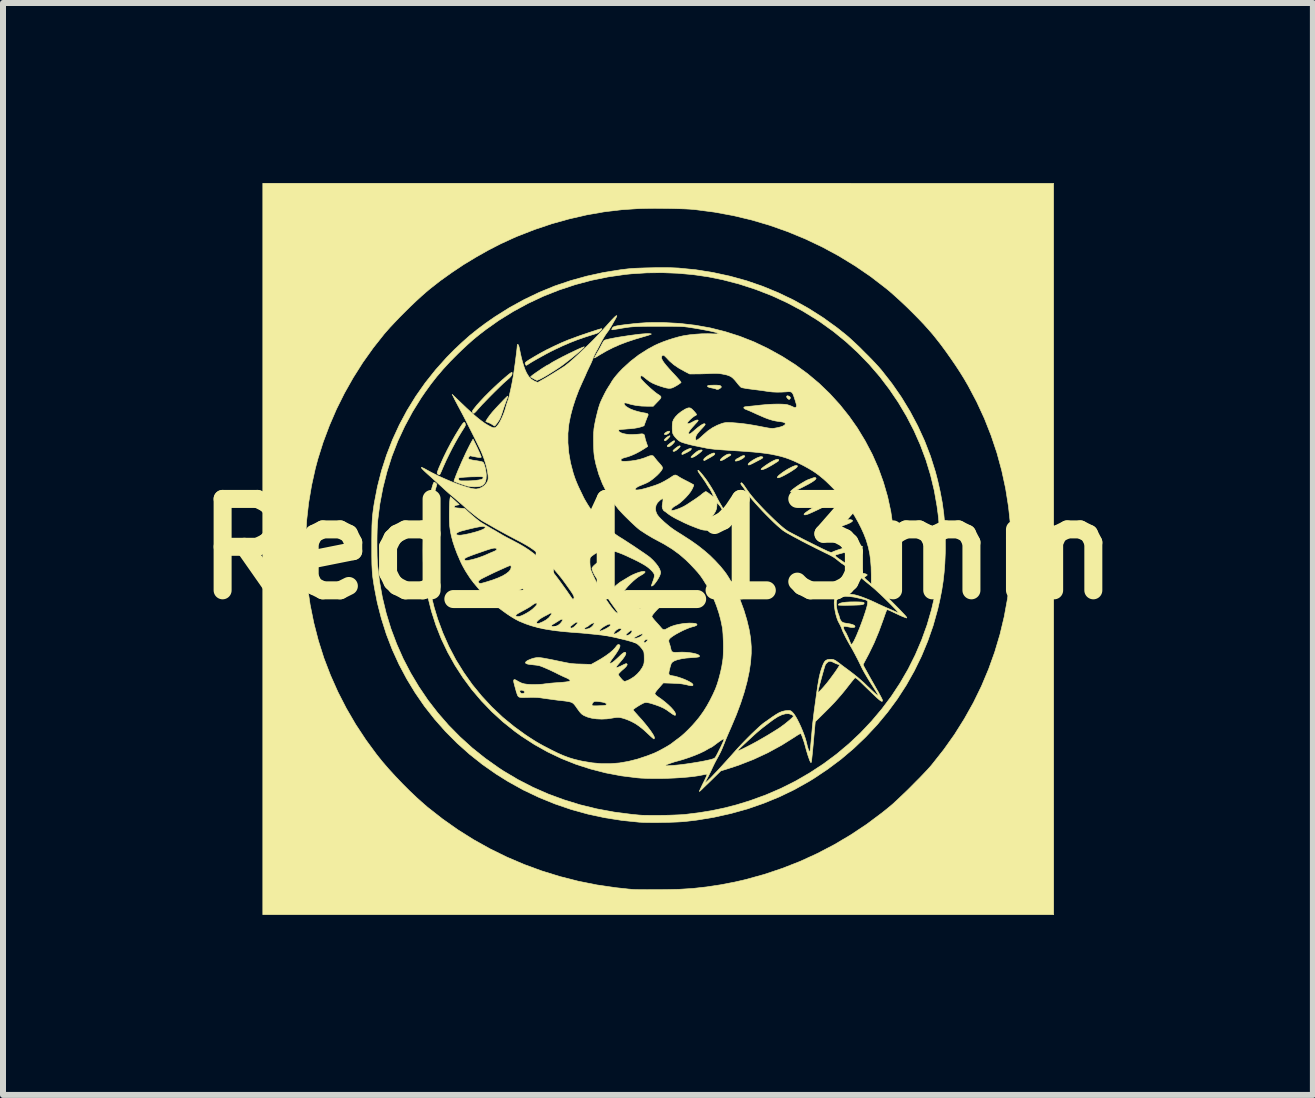
<source format=kicad_pcb>
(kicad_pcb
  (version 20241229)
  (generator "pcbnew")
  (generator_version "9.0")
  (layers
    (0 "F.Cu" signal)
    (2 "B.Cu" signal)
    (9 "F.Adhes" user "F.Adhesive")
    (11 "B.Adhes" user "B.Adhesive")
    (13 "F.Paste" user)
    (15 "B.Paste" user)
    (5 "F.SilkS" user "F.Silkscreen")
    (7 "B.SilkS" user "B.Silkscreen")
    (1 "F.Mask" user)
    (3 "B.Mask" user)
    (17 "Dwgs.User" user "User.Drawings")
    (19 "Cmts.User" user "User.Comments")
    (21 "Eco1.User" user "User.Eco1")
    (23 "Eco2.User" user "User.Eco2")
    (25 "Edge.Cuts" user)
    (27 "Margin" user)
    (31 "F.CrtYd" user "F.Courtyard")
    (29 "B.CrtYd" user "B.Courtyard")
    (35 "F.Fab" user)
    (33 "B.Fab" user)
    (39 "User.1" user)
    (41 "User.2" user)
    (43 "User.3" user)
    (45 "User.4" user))
  (footprint "Red_M_13mm"
    (layer "F.Cu")
    (at 7.918 6.101)
    (property "Reference" "Red_M_13mm" (at 0 0 0) (layer "F.SilkS") (effects (font (size 1.524 1.524) (thickness 0.3))))
    (attr through_hole)
    (fp_poly (pts (xy 2.17 -2.552) (xy 2.195 -2.54) (xy 2.207 -2.525) (xy 2.205 -2.509) (xy 2.192 -2.494) (xy 2.178 -2.495) (xy 2.16 -2.51) (xy 2.146 -2.53) (xy 2.145 -2.545) (xy 2.155 -2.554) (xy 2.17 -2.552)) (stroke (width 0.01) (type solid)) (fill yes) (layer "F.SilkS"))
    (fp_poly (pts (xy 0.195 -1.959) (xy 0.193 -1.948) (xy 0.181 -1.933) (xy 0.167 -1.922) (xy 0.139 -1.908) (xy 0.117 -1.906) (xy 0.107 -1.912) (xy 0.109 -1.923) (xy 0.122 -1.936) (xy 0.143 -1.95) (xy 0.165 -1.96) (xy 0.186 -1.964) (xy 0.187 -1.964) (xy 0.195 -1.959)) (stroke (width 0.01) (type solid)) (fill yes) (layer "F.SilkS"))
    (fp_poly (pts (xy 0.37 -1.716) (xy 0.37 -1.708) (xy 0.358 -1.692) (xy 0.341 -1.675) (xy 0.307 -1.646) (xy 0.279 -1.63) (xy 0.259 -1.627) (xy 0.25 -1.634) (xy 0.254 -1.643) (xy 0.268 -1.657) (xy 0.288 -1.675) (xy 0.312 -1.693) (xy 0.334 -1.708) (xy 0.352 -1.717) (xy 0.358 -1.719) (xy 0.37 -1.716)) (stroke (width 0.01) (type solid)) (fill yes) (layer "F.SilkS"))
    (fp_poly (pts (xy 0.201 -1.885) (xy 0.198 -1.877) (xy 0.187 -1.861) (xy 0.17 -1.842) (xy 0.151 -1.824) (xy 0.134 -1.81) (xy 0.122 -1.803) (xy 0.122 -1.803) (xy 0.108 -1.81) (xy 0.105 -1.813) (xy 0.108 -1.823) (xy 0.121 -1.839) (xy 0.14 -1.856) (xy 0.162 -1.872) (xy 0.183 -1.883) (xy 0.197 -1.887) (xy 0.201 -1.885)) (stroke (width 0.01) (type solid)) (fill yes) (layer "F.SilkS"))
    (fp_poly (pts (xy 0.279 -1.796) (xy 0.279 -1.795) (xy 0.273 -1.782) (xy 0.258 -1.763) (xy 0.238 -1.742) (xy 0.217 -1.724) (xy 0.202 -1.714) (xy 0.179 -1.704) (xy 0.164 -1.704) (xy 0.156 -1.711) (xy 0.156 -1.723) (xy 0.158 -1.726) (xy 0.203 -1.763) (xy 0.237 -1.788) (xy 0.26 -1.802) (xy 0.274 -1.804) (xy 0.279 -1.796)) (stroke (width 0.01) (type solid)) (fill yes) (layer "F.SilkS"))
    (fp_poly (pts (xy 0.558 -1.669) (xy 0.549 -1.654) (xy 0.54 -1.644) (xy 0.525 -1.634) (xy 0.502 -1.62) (xy 0.473 -1.605) (xy 0.444 -1.591) (xy 0.419 -1.58) (xy 0.404 -1.575) (xy 0.402 -1.575) (xy 0.398 -1.582) (xy 0.398 -1.587) (xy 0.404 -1.603) (xy 0.422 -1.62) (xy 0.454 -1.641) (xy 0.475 -1.651) (xy 0.51 -1.667) (xy 0.537 -1.675) (xy 0.553 -1.676) (xy 0.558 -1.669)) (stroke (width 0.01) (type solid)) (fill yes) (layer "F.SilkS"))
    (fp_poly (pts (xy 1.205 -1.581) (xy 1.215 -1.576) (xy 1.214 -1.566) (xy 1.2 -1.555) (xy 1.184 -1.545) (xy 1.158 -1.529) (xy 1.129 -1.511) (xy 1.125 -1.508) (xy 1.091 -1.488) (xy 1.063 -1.476) (xy 1.045 -1.473) (xy 1.038 -1.478) (xy 1.041 -1.489) (xy 1.055 -1.507) (xy 1.079 -1.529) (xy 1.109 -1.55) (xy 1.138 -1.568) (xy 1.14 -1.569) (xy 1.165 -1.579) (xy 1.188 -1.583) (xy 1.205 -1.581)) (stroke (width 0.01) (type solid)) (fill yes) (layer "F.SilkS"))
    (fp_poly (pts (xy 1.442 -1.555) (xy 1.448 -1.545) (xy 1.441 -1.534) (xy 1.424 -1.518) (xy 1.408 -1.507) (xy 1.377 -1.489) (xy 1.346 -1.476) (xy 1.318 -1.468) (xy 1.298 -1.465) (xy 1.287 -1.469) (xy 1.287 -1.472) (xy 1.293 -1.483) (xy 1.306 -1.496) (xy 1.319 -1.506) (xy 1.323 -1.507) (xy 1.333 -1.511) (xy 1.352 -1.522) (xy 1.369 -1.532) (xy 1.4 -1.549) (xy 1.425 -1.557) (xy 1.442 -1.555)) (stroke (width 0.01) (type solid)) (fill yes) (layer "F.SilkS"))
    (fp_poly (pts (xy 0.946 -1.595) (xy 0.947 -1.583) (xy 0.936 -1.568) (xy 0.929 -1.562) (xy 0.912 -1.551) (xy 0.886 -1.535) (xy 0.856 -1.518) (xy 0.825 -1.501) (xy 0.798 -1.486) (xy 0.778 -1.476) (xy 0.769 -1.473) (xy 0.763 -1.48) (xy 0.762 -1.489) (xy 0.769 -1.504) (xy 0.788 -1.523) (xy 0.815 -1.544) (xy 0.847 -1.565) (xy 0.88 -1.582) (xy 0.91 -1.595) (xy 0.933 -1.6) (xy 0.933 -1.6) (xy 0.946 -1.595)) (stroke (width 0.01) (type solid)) (fill yes) (layer "F.SilkS"))
    (fp_poly (pts (xy 0.735 -1.648) (xy 0.737 -1.643) (xy 0.73 -1.633) (xy 0.713 -1.617) (xy 0.689 -1.597) (xy 0.662 -1.576) (xy 0.634 -1.557) (xy 0.611 -1.542) (xy 0.608 -1.54) (xy 0.58 -1.528) (xy 0.56 -1.524) (xy 0.551 -1.529) (xy 0.55 -1.531) (xy 0.557 -1.541) (xy 0.573 -1.559) (xy 0.596 -1.58) (xy 0.623 -1.603) (xy 0.65 -1.624) (xy 0.651 -1.625) (xy 0.676 -1.639) (xy 0.701 -1.648) (xy 0.722 -1.651) (xy 0.735 -1.648)) (stroke (width 0.01) (type solid)) (fill yes) (layer "F.SilkS"))
    (fp_poly (pts (xy 1.745 -1.534) (xy 1.749 -1.524) (xy 1.737 -1.511) (xy 1.709 -1.494) (xy 1.705 -1.492) (xy 1.67 -1.474) (xy 1.63 -1.453) (xy 1.6 -1.437) (xy 1.56 -1.417) (xy 1.533 -1.405) (xy 1.515 -1.4) (xy 1.505 -1.402) (xy 1.503 -1.405) (xy 1.505 -1.417) (xy 1.519 -1.434) (xy 1.543 -1.454) (xy 1.574 -1.476) (xy 1.609 -1.496) (xy 1.644 -1.515) (xy 1.678 -1.529) (xy 1.706 -1.538) (xy 1.724 -1.539) (xy 1.745 -1.534)) (stroke (width 0.01) (type solid)) (fill yes) (layer "F.SilkS"))
    (fp_poly (pts (xy 0.983 -2.73) (xy 1.012 -2.728) (xy 1.03 -2.725) (xy 1.042 -2.72) (xy 1.047 -2.715) (xy 1.056 -2.704) (xy 1.055 -2.696) (xy 1.043 -2.684) (xy 1.037 -2.679) (xy 1.007 -2.662) (xy 0.979 -2.661) (xy 0.965 -2.667) (xy 0.951 -2.672) (xy 0.926 -2.678) (xy 0.896 -2.684) (xy 0.86 -2.692) (xy 0.836 -2.701) (xy 0.825 -2.711) (xy 0.828 -2.72) (xy 0.835 -2.724) (xy 0.85 -2.727) (xy 0.877 -2.729) (xy 0.913 -2.73) (xy 0.942 -2.731) (xy 0.983 -2.73)) (stroke (width 0.01) (type solid)) (fill yes) (layer "F.SilkS"))
    (fp_poly (pts (xy 2.008 -1.493) (xy 2.013 -1.482) (xy 2.011 -1.472) (xy 2.002 -1.463) (xy 1.981 -1.449) (xy 1.951 -1.43) (xy 1.916 -1.408) (xy 1.878 -1.386) (xy 1.84 -1.365) (xy 1.806 -1.347) (xy 1.786 -1.338) (xy 1.753 -1.326) (xy 1.73 -1.321) (xy 1.719 -1.326) (xy 1.719 -1.329) (xy 1.725 -1.339) (xy 1.744 -1.355) (xy 1.771 -1.376) (xy 1.804 -1.399) (xy 1.84 -1.423) (xy 1.876 -1.445) (xy 1.88 -1.448) (xy 1.925 -1.472) (xy 1.962 -1.488) (xy 1.99 -1.495) (xy 2.008 -1.493)) (stroke (width 0.01) (type solid)) (fill yes) (layer "F.SilkS"))
    (fp_poly (pts (xy 2.323 -1.387) (xy 2.323 -1.374) (xy 2.315 -1.362) (xy 2.296 -1.345) (xy 2.263 -1.322) (xy 2.222 -1.295) (xy 2.174 -1.266) (xy 2.122 -1.237) (xy 2.102 -1.226) (xy 2.055 -1.203) (xy 2.021 -1.19) (xy 1.999 -1.186) (xy 1.99 -1.191) (xy 1.99 -1.195) (xy 1.997 -1.208) (xy 2.016 -1.228) (xy 2.046 -1.252) (xy 2.082 -1.279) (xy 2.123 -1.306) (xy 2.166 -1.332) (xy 2.209 -1.355) (xy 2.247 -1.374) (xy 2.28 -1.387) (xy 2.284 -1.388) (xy 2.309 -1.392) (xy 2.323 -1.387)) (stroke (width 0.01) (type solid)) (fill yes) (layer "F.SilkS"))
    (fp_poly (pts (xy 3.298 0.882) (xy 3.349 0.883) (xy 3.386 0.885) (xy 3.41 0.887) (xy 3.425 0.89) (xy 3.433 0.894) (xy 3.436 0.899) (xy 3.436 0.899) (xy 3.436 0.909) (xy 3.43 0.918) (xy 3.417 0.924) (xy 3.394 0.929) (xy 3.361 0.933) (xy 3.316 0.935) (xy 3.256 0.937) (xy 3.203 0.938) (xy 3.133 0.939) (xy 3.08 0.939) (xy 3.041 0.938) (xy 3.017 0.937) (xy 3.006 0.934) (xy 3.006 0.933) (xy 3.014 0.917) (xy 3.038 0.904) (xy 3.077 0.894) (xy 3.131 0.887) (xy 3.198 0.883) (xy 3.278 0.882) (xy 3.298 0.882)) (stroke (width 0.01) (type solid)) (fill yes) (layer "F.SilkS"))
    (fp_poly (pts (xy -0.823 0.139) (xy -0.827 0.147) (xy -0.84 0.164) (xy -0.859 0.189) (xy -0.88 0.213) (xy -0.933 0.283) (xy -0.974 0.355) (xy -1.002 0.425) (xy -1.007 0.447) (xy -1.014 0.471) (xy -1.018 0.487) (xy -1.02 0.491) (xy -1.026 0.484) (xy -1.037 0.467) (xy -1.048 0.451) (xy -1.068 0.414) (xy -1.085 0.377) (xy -1.097 0.345) (xy -1.101 0.323) (xy -1.094 0.307) (xy -1.076 0.285) (xy -1.049 0.26) (xy -1.017 0.233) (xy -0.983 0.208) (xy -0.956 0.192) (xy -0.921 0.174) (xy -0.886 0.158) (xy -0.856 0.146) (xy -0.834 0.139) (xy -0.823 0.139)) (stroke (width 0.01) (type solid)) (fill yes) (layer "F.SilkS"))
    (fp_poly (pts (xy 2.623 -1.19) (xy 2.629 -1.187) (xy 2.636 -1.177) (xy 2.626 -1.16) (xy 2.602 -1.139) (xy 2.562 -1.112) (xy 2.508 -1.081) (xy 2.481 -1.067) (xy 2.406 -1.028) (xy 2.345 -0.998) (xy 2.297 -0.975) (xy 2.26 -0.959) (xy 2.234 -0.951) (xy 2.218 -0.948) (xy 2.211 -0.952) (xy 2.21 -0.956) (xy 2.217 -0.967) (xy 2.236 -0.985) (xy 2.265 -1.008) (xy 2.3 -1.034) (xy 2.341 -1.062) (xy 2.383 -1.089) (xy 2.425 -1.114) (xy 2.463 -1.136) (xy 2.496 -1.152) (xy 2.507 -1.156) (xy 2.551 -1.172) (xy 2.581 -1.183) (xy 2.601 -1.189) (xy 2.615 -1.191) (xy 2.623 -1.19)) (stroke (width 0.01) (type solid)) (fill yes) (layer "F.SilkS"))
    (fp_poly (pts (xy 2.974 -0.851) (xy 2.986 -0.843) (xy 2.989 -0.831) (xy 2.986 -0.824) (xy 2.976 -0.815) (xy 2.957 -0.803) (xy 2.928 -0.786) (xy 2.888 -0.765) (xy 2.834 -0.738) (xy 2.799 -0.721) (xy 2.715 -0.679) (xy 2.644 -0.645) (xy 2.586 -0.618) (xy 2.539 -0.597) (xy 2.503 -0.582) (xy 2.476 -0.573) (xy 2.456 -0.569) (xy 2.443 -0.569) (xy 2.436 -0.573) (xy 2.435 -0.575) (xy 2.438 -0.585) (xy 2.454 -0.601) (xy 2.482 -0.622) (xy 2.519 -0.647) (xy 2.562 -0.675) (xy 2.611 -0.704) (xy 2.663 -0.733) (xy 2.716 -0.761) (xy 2.768 -0.787) (xy 2.817 -0.81) (xy 2.861 -0.829) (xy 2.897 -0.842) (xy 2.915 -0.846) (xy 2.952 -0.852) (xy 2.974 -0.851)) (stroke (width 0.01) (type solid)) (fill yes) (layer "F.SilkS"))
    (fp_poly (pts (xy 3.218 -0.487) (xy 3.239 -0.479) (xy 3.244 -0.468) (xy 3.231 -0.454) (xy 3.203 -0.436) (xy 3.158 -0.416) (xy 3.096 -0.393) (xy 3.086 -0.39) (xy 3.044 -0.374) (xy 2.991 -0.355) (xy 2.932 -0.334) (xy 2.872 -0.311) (xy 2.829 -0.296) (xy 2.77 -0.273) (xy 2.725 -0.257) (xy 2.692 -0.246) (xy 2.668 -0.24) (xy 2.653 -0.238) (xy 2.643 -0.24) (xy 2.637 -0.245) (xy 2.637 -0.246) (xy 2.635 -0.253) (xy 2.638 -0.26) (xy 2.648 -0.269) (xy 2.666 -0.281) (xy 2.696 -0.297) (xy 2.737 -0.319) (xy 2.767 -0.334) (xy 2.867 -0.382) (xy 2.957 -0.421) (xy 3.036 -0.452) (xy 3.104 -0.474) (xy 3.16 -0.486) (xy 3.203 -0.489) (xy 3.218 -0.487)) (stroke (width 0.01) (type solid)) (fill yes) (layer "F.SilkS"))
    (fp_poly (pts (xy -3.222 -2.107) (xy -3.218 -2.101) (xy -3.21 -2.079) (xy -3.212 -2.056) (xy -3.226 -2.029) (xy -3.235 -2.015) (xy -3.28 -1.944) (xy -3.33 -1.861) (xy -3.382 -1.769) (xy -3.434 -1.672) (xy -3.484 -1.573) (xy -3.531 -1.476) (xy -3.572 -1.385) (xy -3.59 -1.344) (xy -3.606 -1.305) (xy -3.621 -1.272) (xy -3.632 -1.249) (xy -3.639 -1.237) (xy -3.64 -1.237) (xy -3.651 -1.24) (xy -3.665 -1.245) (xy -3.674 -1.25) (xy -3.679 -1.257) (xy -3.68 -1.269) (xy -3.676 -1.287) (xy -3.666 -1.314) (xy -3.651 -1.353) (xy -3.63 -1.401) (xy -3.577 -1.52) (xy -3.515 -1.647) (xy -3.448 -1.774) (xy -3.378 -1.897) (xy -3.309 -2.01) (xy -3.3 -2.024) (xy -3.274 -2.064) (xy -3.254 -2.091) (xy -3.24 -2.106) (xy -3.23 -2.111) (xy -3.222 -2.107)) (stroke (width 0.01) (type solid)) (fill yes) (layer "F.SilkS"))
    (fp_poly (pts (xy -2.432 -2.94) (xy -2.431 -2.937) (xy -2.433 -2.912) (xy -2.445 -2.886) (xy -2.471 -2.856) (xy -2.51 -2.821) (xy -2.513 -2.818) (xy -2.542 -2.793) (xy -2.58 -2.759) (xy -2.625 -2.716) (xy -2.676 -2.666) (xy -2.729 -2.614) (xy -2.784 -2.559) (xy -2.837 -2.505) (xy -2.887 -2.453) (xy -2.932 -2.407) (xy -2.969 -2.366) (xy -2.996 -2.335) (xy -2.997 -2.335) (xy -3.022 -2.305) (xy -3.045 -2.281) (xy -3.062 -2.266) (xy -3.07 -2.261) (xy -3.082 -2.267) (xy -3.091 -2.278) (xy -3.094 -2.29) (xy -3.091 -2.303) (xy -3.079 -2.322) (xy -3.065 -2.34) (xy -3.019 -2.398) (xy -2.96 -2.463) (xy -2.894 -2.534) (xy -2.82 -2.608) (xy -2.742 -2.684) (xy -2.663 -2.758) (xy -2.583 -2.829) (xy -2.519 -2.884) (xy -2.484 -2.913) (xy -2.46 -2.931) (xy -2.445 -2.941) (xy -2.436 -2.944) (xy -2.432 -2.94)) (stroke (width 0.01) (type solid)) (fill yes) (layer "F.SilkS"))
    (fp_poly (pts (xy -2.504 -2.541) (xy -2.509 -2.523) (xy -2.516 -2.504) (xy -2.542 -2.434) (xy -2.572 -2.35) (xy -2.595 -2.278) (xy -2.608 -2.24) (xy -2.621 -2.204) (xy -2.633 -2.177) (xy -2.635 -2.172) (xy -2.648 -2.148) (xy -2.666 -2.121) (xy -2.685 -2.094) (xy -2.703 -2.071) (xy -2.717 -2.055) (xy -2.724 -2.05) (xy -2.734 -2.055) (xy -2.752 -2.067) (xy -2.762 -2.074) (xy -2.792 -2.092) (xy -2.825 -2.107) (xy -2.832 -2.109) (xy -2.854 -2.117) (xy -2.868 -2.124) (xy -2.87 -2.126) (xy -2.865 -2.137) (xy -2.852 -2.158) (xy -2.834 -2.186) (xy -2.812 -2.216) (xy -2.789 -2.247) (xy -2.767 -2.274) (xy -2.764 -2.278) (xy -2.74 -2.305) (xy -2.71 -2.338) (xy -2.676 -2.375) (xy -2.641 -2.412) (xy -2.606 -2.449) (xy -2.574 -2.483) (xy -2.545 -2.512) (xy -2.523 -2.534) (xy -2.509 -2.546) (xy -2.506 -2.548) (xy -2.504 -2.541)) (stroke (width 0.01) (type solid)) (fill yes) (layer "F.SilkS"))
    (fp_poly (pts (xy -0.139 -3.589) (xy -0.118 -3.586) (xy -0.11 -3.583) (xy -0.11 -3.583) (xy -0.118 -3.578) (xy -0.139 -3.57) (xy -0.171 -3.559) (xy -0.212 -3.547) (xy -0.239 -3.539) (xy -0.385 -3.496) (xy -0.517 -3.452) (xy -0.638 -3.406) (xy -0.751 -3.356) (xy -0.859 -3.301) (xy -0.964 -3.24) (xy -0.974 -3.234) (xy -1.01 -3.212) (xy -1.034 -3.197) (xy -1.048 -3.189) (xy -1.055 -3.185) (xy -1.058 -3.186) (xy -1.058 -3.188) (xy -1.058 -3.189) (xy -1.054 -3.198) (xy -1.043 -3.219) (xy -1.027 -3.248) (xy -1.009 -3.28) (xy -0.985 -3.32) (xy -0.962 -3.362) (xy -0.943 -3.398) (xy -0.933 -3.418) (xy -0.918 -3.445) (xy -0.904 -3.466) (xy -0.896 -3.477) (xy -0.876 -3.485) (xy -0.843 -3.494) (xy -0.797 -3.504) (xy -0.741 -3.515) (xy -0.678 -3.527) (xy -0.609 -3.538) (xy -0.537 -3.549) (xy -0.465 -3.56) (xy -0.394 -3.569) (xy -0.327 -3.578) (xy -0.266 -3.584) (xy -0.213 -3.588) (xy -0.171 -3.59) (xy -0.167 -3.59) (xy -0.139 -3.589)) (stroke (width 0.01) (type solid)) (fill yes) (layer "F.SilkS"))
    (fp_poly (pts (xy -0.938 -3.665) (xy -0.948 -3.65) (xy -0.962 -3.635) (xy -0.979 -3.618) (xy -0.998 -3.605) (xy -1.021 -3.594) (xy -1.054 -3.583) (xy -1.084 -3.574) (xy -1.221 -3.53) (xy -1.348 -3.486) (xy -1.47 -3.438) (xy -1.593 -3.385) (xy -1.723 -3.324) (xy -1.797 -3.287) (xy -1.875 -3.246) (xy -1.955 -3.202) (xy -2.031 -3.159) (xy -2.102 -3.118) (xy -2.161 -3.081) (xy -2.177 -3.071) (xy -2.192 -3.062) (xy -2.201 -3.064) (xy -2.209 -3.08) (xy -2.213 -3.089) (xy -2.214 -3.098) (xy -2.211 -3.106) (xy -2.201 -3.116) (xy -2.184 -3.129) (xy -2.158 -3.147) (xy -2.12 -3.17) (xy -2.07 -3.2) (xy -2.059 -3.207) (xy -1.961 -3.263) (xy -1.851 -3.322) (xy -1.734 -3.379) (xy -1.613 -3.435) (xy -1.537 -3.467) (xy -1.499 -3.483) (xy -1.452 -3.5) (xy -1.398 -3.52) (xy -1.339 -3.542) (xy -1.277 -3.564) (xy -1.214 -3.585) (xy -1.153 -3.606) (xy -1.095 -3.625) (xy -1.044 -3.642) (xy -1 -3.656) (xy -0.966 -3.666) (xy -0.944 -3.672) (xy -0.937 -3.672) (xy -0.938 -3.665)) (stroke (width 0.01) (type solid)) (fill yes) (layer "F.SilkS"))
    (fp_poly (pts (xy -1.228 -3.37) (xy -1.234 -3.36) (xy -1.252 -3.342) (xy -1.28 -3.316) (xy -1.316 -3.285) (xy -1.357 -3.25) (xy -1.403 -3.212) (xy -1.452 -3.172) (xy -1.501 -3.134) (xy -1.548 -3.097) (xy -1.592 -3.064) (xy -1.631 -3.036) (xy -1.647 -3.025) (xy -1.714 -2.981) (xy -1.779 -2.94) (xy -1.839 -2.902) (xy -1.894 -2.87) (xy -1.941 -2.844) (xy -1.979 -2.825) (xy -2.006 -2.814) (xy -2.019 -2.811) (xy -2.03 -2.816) (xy -2.052 -2.826) (xy -2.076 -2.84) (xy -2.125 -2.867) (xy -2.102 -2.889) (xy -2.087 -2.901) (xy -2.062 -2.919) (xy -2.031 -2.941) (xy -1.994 -2.966) (xy -1.956 -2.992) (xy -1.92 -3.016) (xy -1.886 -3.037) (xy -1.86 -3.054) (xy -1.843 -3.063) (xy -1.838 -3.065) (xy -1.828 -3.069) (xy -1.808 -3.081) (xy -1.785 -3.096) (xy -1.762 -3.111) (xy -1.728 -3.13) (xy -1.685 -3.153) (xy -1.637 -3.179) (xy -1.583 -3.207) (xy -1.527 -3.235) (xy -1.471 -3.263) (xy -1.416 -3.289) (xy -1.364 -3.314) (xy -1.318 -3.335) (xy -1.279 -3.352) (xy -1.25 -3.364) (xy -1.232 -3.37) (xy -1.228 -3.37)) (stroke (width 0.01) (type solid)) (fill yes) (layer "F.SilkS"))
    (fp_poly (pts (xy -3.048 -1.761) (xy -3.029 -1.722) (xy -3.009 -1.68) (xy -2.99 -1.638) (xy -2.972 -1.599) (xy -2.959 -1.566) (xy -2.949 -1.543) (xy -2.946 -1.532) (xy -2.95 -1.526) (xy -2.964 -1.525) (xy -2.988 -1.526) (xy -3.026 -1.532) (xy -3.058 -1.538) (xy -3.133 -1.553) (xy -3.152 -1.534) (xy -3.162 -1.52) (xy -3.163 -1.508) (xy -3.152 -1.499) (xy -3.127 -1.49) (xy -3.089 -1.481) (xy -3.035 -1.473) (xy -3.034 -1.473) (xy -2.987 -1.465) (xy -2.953 -1.459) (xy -2.931 -1.453) (xy -2.917 -1.446) (xy -2.911 -1.44) (xy -2.899 -1.417) (xy -2.887 -1.382) (xy -2.876 -1.34) (xy -2.868 -1.294) (xy -2.863 -1.25) (xy -2.862 -1.227) (xy -2.865 -1.17) (xy -2.874 -1.126) (xy -2.892 -1.092) (xy -2.919 -1.066) (xy -2.942 -1.052) (xy -2.971 -1.043) (xy -3.011 -1.038) (xy -3.059 -1.036) (xy -3.109 -1.038) (xy -3.157 -1.045) (xy -3.175 -1.048) (xy -3.2 -1.055) (xy -3.233 -1.066) (xy -3.271 -1.079) (xy -3.311 -1.093) (xy -3.347 -1.106) (xy -3.377 -1.118) (xy -3.396 -1.127) (xy -3.401 -1.13) (xy -3.399 -1.138) (xy -3.392 -1.159) (xy -3.387 -1.171) (xy -3.326 -1.171) (xy -3.32 -1.156) (xy -3.316 -1.147) (xy -3.309 -1.141) (xy -3.298 -1.137) (xy -3.279 -1.135) (xy -3.248 -1.135) (xy -3.211 -1.135) (xy -3.162 -1.135) (xy -3.111 -1.137) (xy -3.065 -1.141) (xy -3.04 -1.143) (xy -2.988 -1.15) (xy -2.951 -1.157) (xy -2.928 -1.166) (xy -2.916 -1.176) (xy -2.914 -1.188) (xy -2.916 -1.195) (xy -2.92 -1.2) (xy -2.929 -1.203) (xy -2.945 -1.205) (xy -2.972 -1.205) (xy -3.011 -1.205) (xy -3.052 -1.204) (xy -3.113 -1.203) (xy -3.171 -1.2) (xy -3.223 -1.197) (xy -3.267 -1.193) (xy -3.301 -1.189) (xy -3.321 -1.184) (xy -3.325 -1.182) (xy -3.326 -1.171) (xy -3.387 -1.171) (xy -3.38 -1.19) (xy -3.365 -1.23) (xy -3.353 -1.26) (xy -3.33 -1.317) (xy -3.301 -1.383) (xy -3.27 -1.455) (xy -3.236 -1.528) (xy -3.203 -1.6) (xy -3.17 -1.667) (xy -3.141 -1.725) (xy -3.118 -1.769) (xy -3.083 -1.831) (xy -3.048 -1.761)) (stroke (width 0.01) (type solid)) (fill yes) (layer "F.SilkS"))
    (fp_poly (pts (xy 0.004 -6.096) (xy 6.595 -6.095) (xy 6.596 6.096) (xy -6.587 6.096) (xy -6.587 0.109) (xy -5.876 0.109) (xy -5.863 0.4) (xy -5.842 0.627) (xy -5.798 0.932) (xy -5.737 1.233) (xy -5.661 1.528) (xy -5.569 1.819) (xy -5.46 2.103) (xy -5.336 2.382) (xy -5.196 2.655) (xy -5.04 2.923) (xy -4.868 3.184) (xy -4.691 3.425) (xy -4.599 3.54) (xy -4.495 3.661) (xy -4.382 3.785) (xy -4.264 3.909) (xy -4.143 4.03) (xy -4.022 4.145) (xy -3.903 4.251) (xy -3.838 4.307) (xy -3.592 4.5) (xy -3.337 4.68) (xy -3.073 4.846) (xy -2.8 4.998) (xy -2.519 5.136) (xy -2.231 5.259) (xy -1.936 5.367) (xy -1.635 5.46) (xy -1.329 5.538) (xy -1.019 5.6) (xy -0.704 5.646) (xy -0.584 5.659) (xy -0.536 5.664) (xy -0.492 5.669) (xy -0.456 5.672) (xy -0.43 5.675) (xy -0.423 5.675) (xy -0.399 5.677) (xy -0.361 5.678) (xy -0.309 5.679) (xy -0.248 5.679) (xy -0.18 5.68) (xy -0.105 5.679) (xy -0.028 5.679) (xy 0.051 5.679) (xy 0.128 5.678) (xy 0.201 5.677) (xy 0.269 5.675) (xy 0.328 5.674) (xy 0.356 5.673) (xy 0.58 5.659) (xy 0.813 5.633) (xy 1.05 5.597) (xy 1.287 5.551) (xy 1.46 5.511) (xy 1.771 5.425) (xy 2.075 5.323) (xy 2.371 5.207) (xy 2.659 5.075) (xy 2.94 4.928) (xy 3.213 4.766) (xy 3.478 4.59) (xy 3.735 4.398) (xy 3.865 4.293) (xy 3.91 4.255) (xy 3.963 4.206) (xy 4.024 4.149) (xy 4.09 4.086) (xy 4.16 4.019) (xy 4.23 3.949) (xy 4.3 3.878) (xy 4.368 3.81) (xy 4.43 3.745) (xy 4.486 3.686) (xy 4.533 3.634) (xy 4.567 3.594) (xy 4.763 3.346) (xy 4.944 3.091) (xy 5.109 2.828) (xy 5.259 2.56) (xy 5.393 2.285) (xy 5.511 2.004) (xy 5.614 1.717) (xy 5.701 1.425) (xy 5.772 1.128) (xy 5.827 0.826) (xy 5.865 0.519) (xy 5.876 0.398) (xy 5.878 0.351) (xy 5.881 0.29) (xy 5.882 0.218) (xy 5.883 0.138) (xy 5.884 0.053) (xy 5.884 -0.033) (xy 5.884 -0.119) (xy 5.883 -0.2) (xy 5.881 -0.274) (xy 5.879 -0.338) (xy 5.876 -0.389) (xy 5.876 -0.398) (xy 5.843 -0.706) (xy 5.795 -1.009) (xy 5.73 -1.309) (xy 5.65 -1.603) (xy 5.553 -1.892) (xy 5.441 -2.176) (xy 5.313 -2.453) (xy 5.17 -2.723) (xy 5.099 -2.845) (xy 5.033 -2.951) (xy 4.959 -3.064) (xy 4.88 -3.179) (xy 4.798 -3.295) (xy 4.717 -3.405) (xy 4.637 -3.507) (xy 4.58 -3.578) (xy 4.507 -3.662) (xy 4.423 -3.755) (xy 4.331 -3.851) (xy 4.234 -3.949) (xy 4.134 -4.047) (xy 4.035 -4.14) (xy 3.939 -4.227) (xy 3.849 -4.306) (xy 3.797 -4.348) (xy 3.545 -4.542) (xy 3.283 -4.721) (xy 3.013 -4.886) (xy 2.735 -5.036) (xy 2.45 -5.171) (xy 2.158 -5.291) (xy 1.861 -5.396) (xy 1.559 -5.485) (xy 1.252 -5.558) (xy 0.942 -5.615) (xy 0.628 -5.656) (xy 0.588 -5.66) (xy 0.525 -5.665) (xy 0.447 -5.669) (xy 0.358 -5.672) (xy 0.261 -5.675) (xy 0.158 -5.677) (xy 0.053 -5.678) (xy -0.052 -5.679) (xy -0.153 -5.678) (xy -0.248 -5.676) (xy -0.322 -5.674) (xy -0.608 -5.655) (xy -0.898 -5.62) (xy -1.189 -5.569) (xy -1.48 -5.502) (xy -1.771 -5.421) (xy -2.059 -5.324) (xy -2.344 -5.213) (xy -2.417 -5.181) (xy -2.622 -5.087) (xy -2.83 -4.98) (xy -3.037 -4.863) (xy -3.242 -4.739) (xy -3.439 -4.607) (xy -3.628 -4.472) (xy -3.804 -4.334) (xy -3.874 -4.275) (xy -3.952 -4.206) (xy -4.037 -4.128) (xy -4.126 -4.043) (xy -4.215 -3.955) (xy -4.304 -3.866) (xy -4.388 -3.778) (xy -4.466 -3.695) (xy -4.535 -3.617) (xy -4.566 -3.581) (xy -4.748 -3.351) (xy -4.92 -3.109) (xy -5.079 -2.858) (xy -5.226 -2.598) (xy -5.359 -2.331) (xy -5.477 -2.058) (xy -5.581 -1.781) (xy -5.669 -1.502) (xy -5.711 -1.346) (xy -5.774 -1.061) (xy -5.823 -0.77) (xy -5.856 -0.477) (xy -5.874 -0.183) (xy -5.876 0.109) (xy -6.587 0.109) (xy -6.587 -6.096) (xy 0.004 -6.096)) (stroke (width 0.01) (type solid)) (fill yes) (layer "F.SilkS"))
    (fp_poly (pts (xy 0.145 -4.689) (xy 0.224 -4.688) (xy 0.292 -4.685) (xy 0.34 -4.683) (xy 0.633 -4.654) (xy 0.92 -4.608) (xy 1.201 -4.547) (xy 1.476 -4.471) (xy 1.746 -4.378) (xy 2.008 -4.27) (xy 2.264 -4.147) (xy 2.513 -4.008) (xy 2.755 -3.854) (xy 2.989 -3.685) (xy 3.145 -3.56) (xy 3.192 -3.519) (xy 3.248 -3.468) (xy 3.31 -3.41) (xy 3.377 -3.346) (xy 3.444 -3.278) (xy 3.512 -3.211) (xy 3.576 -3.145) (xy 3.634 -3.083) (xy 3.685 -3.027) (xy 3.725 -2.981) (xy 3.725 -2.981) (xy 3.898 -2.76) (xy 4.057 -2.531) (xy 4.201 -2.294) (xy 4.33 -2.051) (xy 4.444 -1.802) (xy 4.542 -1.548) (xy 4.624 -1.288) (xy 4.661 -1.147) (xy 4.704 -0.956) (xy 4.739 -0.77) (xy 4.764 -0.587) (xy 4.781 -0.401) (xy 4.789 -0.21) (xy 4.79 -0.009) (xy 4.789 0.072) (xy 4.782 0.238) (xy 4.77 0.392) (xy 4.753 0.542) (xy 4.73 0.69) (xy 4.7 0.843) (xy 4.663 1.006) (xy 4.661 1.012) (xy 4.587 1.277) (xy 4.497 1.535) (xy 4.392 1.788) (xy 4.273 2.032) (xy 4.139 2.27) (xy 3.991 2.499) (xy 3.829 2.719) (xy 3.654 2.93) (xy 3.466 3.131) (xy 3.266 3.322) (xy 3.054 3.502) (xy 2.83 3.67) (xy 2.595 3.827) (xy 2.52 3.873) (xy 2.276 4.01) (xy 2.023 4.132) (xy 1.762 4.239) (xy 1.494 4.332) (xy 1.217 4.409) (xy 0.934 4.472) (xy 0.643 4.52) (xy 0.449 4.543) (xy 0.395 4.547) (xy 0.328 4.551) (xy 0.252 4.554) (xy 0.168 4.557) (xy 0.081 4.558) (xy -0.007 4.56) (xy -0.091 4.56) (xy -0.169 4.559) (xy -0.238 4.558) (xy -0.293 4.555) (xy -0.305 4.555) (xy -0.598 4.525) (xy -0.886 4.48) (xy -1.169 4.419) (xy -1.447 4.342) (xy -1.719 4.249) (xy -1.984 4.141) (xy -2.243 4.018) (xy -2.494 3.879) (xy -2.696 3.753) (xy -2.925 3.593) (xy -3.143 3.42) (xy -3.349 3.236) (xy -3.543 3.041) (xy -3.724 2.836) (xy -3.893 2.621) (xy -4.048 2.396) (xy -4.189 2.164) (xy -4.317 1.923) (xy -4.43 1.675) (xy -4.528 1.42) (xy -4.611 1.158) (xy -4.679 0.892) (xy -4.711 0.729) (xy -4.725 0.655) (xy -4.736 0.59) (xy -4.745 0.531) (xy -4.753 0.477) (xy -4.759 0.425) (xy -4.763 0.372) (xy -4.766 0.315) (xy -4.769 0.253) (xy -4.77 0.183) (xy -4.771 0.102) (xy -4.771 0.009) (xy -4.771 -0.051) (xy -4.771 -0.055) (xy -4.684 -0.055) (xy -4.683 0.032) (xy -4.682 0.115) (xy -4.679 0.188) (xy -4.676 0.25) (xy -4.674 0.267) (xy -4.642 0.54) (xy -4.594 0.809) (xy -4.53 1.073) (xy -4.451 1.331) (xy -4.356 1.583) (xy -4.247 1.829) (xy -4.123 2.067) (xy -3.985 2.298) (xy -3.834 2.521) (xy -3.669 2.734) (xy -3.491 2.938) (xy -3.3 3.132) (xy -3.097 3.316) (xy -2.882 3.488) (xy -2.655 3.649) (xy -2.574 3.702) (xy -2.335 3.844) (xy -2.088 3.971) (xy -1.832 4.084) (xy -1.568 4.181) (xy -1.296 4.265) (xy -1.017 4.333) (xy -0.73 4.386) (xy -0.436 4.424) (xy -0.309 4.436) (xy -0.264 4.439) (xy -0.205 4.44) (xy -0.135 4.441) (xy -0.057 4.441) (xy 0.026 4.441) (xy 0.11 4.44) (xy 0.193 4.438) (xy 0.272 4.435) (xy 0.344 4.432) (xy 0.405 4.429) (xy 0.452 4.425) (xy 0.679 4.397) (xy 0.895 4.362) (xy 1.104 4.318) (xy 1.31 4.265) (xy 1.518 4.201) (xy 1.537 4.195) (xy 1.798 4.1) (xy 2.051 3.991) (xy 2.296 3.868) (xy 2.532 3.731) (xy 2.758 3.583) (xy 2.975 3.422) (xy 3.181 3.249) (xy 3.376 3.066) (xy 3.559 2.872) (xy 3.731 2.668) (xy 3.891 2.455) (xy 4.037 2.233) (xy 4.171 2.002) (xy 4.29 1.764) (xy 4.395 1.518) (xy 4.486 1.266) (xy 4.561 1.007) (xy 4.601 0.835) (xy 4.634 0.665) (xy 4.66 0.499) (xy 4.678 0.332) (xy 4.689 0.16) (xy 4.694 -0.022) (xy 4.694 -0.089) (xy 4.694 -0.189) (xy 4.692 -0.276) (xy 4.689 -0.354) (xy 4.684 -0.429) (xy 4.678 -0.504) (xy 4.669 -0.583) (xy 4.657 -0.671) (xy 4.652 -0.711) (xy 4.606 -0.973) (xy 4.544 -1.231) (xy 4.467 -1.484) (xy 4.374 -1.733) (xy 4.266 -1.976) (xy 4.144 -2.212) (xy 4.008 -2.441) (xy 3.858 -2.662) (xy 3.696 -2.875) (xy 3.521 -3.078) (xy 3.333 -3.272) (xy 3.134 -3.455) (xy 2.924 -3.626) (xy 2.703 -3.785) (xy 2.646 -3.823) (xy 2.403 -3.972) (xy 2.153 -4.105) (xy 1.895 -4.224) (xy 1.629 -4.327) (xy 1.355 -4.416) (xy 1.079 -4.488) (xy 0.837 -4.537) (xy 0.587 -4.573) (xy 0.331 -4.596) (xy 0.072 -4.606) (xy -0.186 -4.603) (xy -0.44 -4.587) (xy -0.55 -4.576) (xy -0.832 -4.535) (xy -1.11 -4.478) (xy -1.383 -4.405) (xy -1.651 -4.316) (xy -1.913 -4.212) (xy -2.167 -4.093) (xy -2.415 -3.958) (xy -2.654 -3.81) (xy -2.866 -3.66) (xy -2.973 -3.578) (xy -3.075 -3.495) (xy -3.175 -3.406) (xy -3.279 -3.309) (xy -3.339 -3.251) (xy -3.466 -3.123) (xy -3.58 -2.999) (xy -3.686 -2.875) (xy -3.786 -2.748) (xy -3.883 -2.613) (xy -3.947 -2.52) (xy -4.092 -2.286) (xy -4.222 -2.045) (xy -4.337 -1.798) (xy -4.436 -1.544) (xy -4.518 -1.285) (xy -4.585 -1.021) (xy -4.636 -0.752) (xy -4.671 -0.478) (xy -4.674 -0.436) (xy -4.678 -0.379) (xy -4.681 -0.309) (xy -4.683 -0.229) (xy -4.684 -0.143) (xy -4.684 -0.055) (xy -4.771 -0.055) (xy -4.771 -0.155) (xy -4.77 -0.244) (xy -4.769 -0.321) (xy -4.768 -0.388) (xy -4.765 -0.447) (xy -4.762 -0.502) (xy -4.758 -0.553) (xy -4.752 -0.604) (xy -4.745 -0.657) (xy -4.737 -0.714) (xy -4.728 -0.77) (xy -4.676 -1.04) (xy -4.608 -1.306) (xy -4.524 -1.566) (xy -4.425 -1.821) (xy -4.311 -2.069) (xy -4.182 -2.31) (xy -4.038 -2.544) (xy -3.88 -2.769) (xy -3.708 -2.985) (xy -3.523 -3.192) (xy -3.393 -3.324) (xy -3.263 -3.446) (xy -3.138 -3.557) (xy -3.01 -3.66) (xy -2.877 -3.76) (xy -2.734 -3.859) (xy -2.714 -3.873) (xy -2.473 -4.024) (xy -2.227 -4.159) (xy -1.976 -4.279) (xy -1.72 -4.384) (xy -1.456 -4.473) (xy -1.186 -4.548) (xy -0.907 -4.609) (xy -0.619 -4.655) (xy -0.495 -4.67) (xy -0.443 -4.675) (xy -0.376 -4.679) (xy -0.299 -4.682) (xy -0.214 -4.685) (xy -0.124 -4.687) (xy -0.032 -4.689) (xy 0.059 -4.689) (xy 0.145 -4.689)) (stroke (width 0.01) (type solid)) (fill yes) (layer "F.SilkS"))
    (fp_poly (pts (xy -0.686 -3.887) (xy -0.686 -3.886) (xy -0.69 -3.874) (xy -0.701 -3.851) (xy -0.718 -3.82) (xy -0.739 -3.783) (xy -0.761 -3.744) (xy -0.784 -3.705) (xy -0.805 -3.671) (xy -0.822 -3.643) (xy -0.835 -3.625) (xy -0.836 -3.624) (xy -0.862 -3.589) (xy -0.893 -3.542) (xy -0.926 -3.486) (xy -0.959 -3.424) (xy -0.969 -3.405) (xy -0.989 -3.366) (xy -1.009 -3.327) (xy -1.028 -3.294) (xy -1.033 -3.285) (xy -1.05 -3.252) (xy -1.068 -3.213) (xy -1.081 -3.18) (xy -1.096 -3.143) (xy -1.114 -3.1) (xy -1.134 -3.058) (xy -1.139 -3.048) (xy -1.158 -3.008) (xy -1.178 -2.966) (xy -1.195 -2.929) (xy -1.198 -2.921) (xy -1.212 -2.888) (xy -1.231 -2.847) (xy -1.25 -2.805) (xy -1.259 -2.786) (xy -1.32 -2.648) (xy -1.374 -2.505) (xy -1.42 -2.363) (xy -1.457 -2.224) (xy -1.483 -2.093) (xy -1.485 -2.082) (xy -1.501 -1.928) (xy -1.501 -1.768) (xy -1.487 -1.604) (xy -1.458 -1.437) (xy -1.414 -1.27) (xy -1.401 -1.23) (xy -1.388 -1.191) (xy -1.375 -1.155) (xy -1.36 -1.118) (xy -1.343 -1.077) (xy -1.323 -1.032) (xy -1.297 -0.978) (xy -1.266 -0.914) (xy -1.238 -0.855) (xy -1.221 -0.824) (xy -1.197 -0.783) (xy -1.17 -0.738) (xy -1.142 -0.695) (xy -1.139 -0.69) (xy -1.113 -0.652) (xy -1.087 -0.617) (xy -1.059 -0.582) (xy -1.026 -0.545) (xy -0.985 -0.502) (xy -0.934 -0.451) (xy -0.928 -0.444) (xy -0.87 -0.387) (xy -0.821 -0.34) (xy -0.779 -0.302) (xy -0.741 -0.269) (xy -0.704 -0.241) (xy -0.666 -0.215) (xy -0.624 -0.188) (xy -0.62 -0.186) (xy -0.572 -0.156) (xy -0.518 -0.121) (xy -0.46 -0.083) (xy -0.4 -0.044) (xy -0.341 -0.004) (xy -0.285 0.034) (xy -0.233 0.069) (xy -0.189 0.1) (xy -0.154 0.125) (xy -0.131 0.143) (xy -0.129 0.145) (xy -0.079 0.192) (xy -0.035 0.241) (xy 0.001 0.289) (xy 0.027 0.334) (xy 0.041 0.374) (xy 0.044 0.394) (xy 0.039 0.419) (xy 0.027 0.451) (xy 0.008 0.487) (xy -0.015 0.525) (xy -0.039 0.559) (xy -0.063 0.589) (xy -0.084 0.609) (xy -0.101 0.618) (xy -0.102 0.618) (xy -0.107 0.618) (xy -0.109 0.614) (xy -0.107 0.605) (xy -0.102 0.588) (xy -0.092 0.56) (xy -0.081 0.529) (xy -0.066 0.485) (xy -0.06 0.451) (xy -0.062 0.424) (xy -0.074 0.399) (xy -0.096 0.372) (xy -0.113 0.355) (xy -0.143 0.326) (xy -0.178 0.298) (xy -0.22 0.27) (xy -0.27 0.241) (xy -0.331 0.208) (xy -0.404 0.172) (xy -0.458 0.147) (xy -0.532 0.112) (xy -0.594 0.085) (xy -0.646 0.065) (xy -0.69 0.049) (xy -0.73 0.039) (xy -0.767 0.032) (xy -0.804 0.028) (xy -0.817 0.027) (xy -0.901 0.029) (xy -0.976 0.045) (xy -1.043 0.075) (xy -1.105 0.119) (xy -1.105 0.12) (xy -1.119 0.133) (xy -1.128 0.145) (xy -1.133 0.16) (xy -1.134 0.182) (xy -1.135 0.217) (xy -1.135 0.218) (xy -1.133 0.259) (xy -1.129 0.301) (xy -1.123 0.336) (xy -1.122 0.339) (xy -1.113 0.366) (xy -1.096 0.406) (xy -1.074 0.455) (xy -1.048 0.51) (xy -1.018 0.57) (xy -0.986 0.632) (xy -0.953 0.693) (xy -0.93 0.735) (xy -0.892 0.799) (xy -0.853 0.861) (xy -0.814 0.918) (xy -0.777 0.969) (xy -0.743 1.012) (xy -0.713 1.045) (xy -0.689 1.065) (xy -0.685 1.067) (xy -0.671 1.072) (xy -0.669 1.063) (xy -0.679 1.043) (xy -0.701 1.01) (xy -0.734 0.965) (xy -0.735 0.963) (xy -0.766 0.92) (xy -0.799 0.873) (xy -0.83 0.826) (xy -0.848 0.796) (xy -0.873 0.754) (xy -0.901 0.709) (xy -0.927 0.668) (xy -0.938 0.652) (xy -0.956 0.624) (xy -0.97 0.601) (xy -0.977 0.588) (xy -0.978 0.585) (xy -0.97 0.588) (xy -0.952 0.6) (xy -0.929 0.617) (xy -0.926 0.619) (xy -0.887 0.649) (xy -0.859 0.67) (xy -0.839 0.684) (xy -0.824 0.691) (xy -0.813 0.694) (xy -0.808 0.694) (xy -0.793 0.688) (xy -0.77 0.671) (xy -0.74 0.646) (xy -0.727 0.633) (xy -0.694 0.603) (xy -0.658 0.574) (xy -0.626 0.55) (xy -0.613 0.542) (xy -0.578 0.521) (xy -0.538 0.497) (xy -0.512 0.481) (xy -0.463 0.452) (xy -0.412 0.426) (xy -0.361 0.405) (xy -0.313 0.388) (xy -0.271 0.377) (xy -0.239 0.373) (xy -0.224 0.376) (xy -0.215 0.381) (xy -0.217 0.389) (xy -0.225 0.399) (xy -0.242 0.413) (xy -0.267 0.429) (xy -0.281 0.437) (xy -0.321 0.461) (xy -0.366 0.494) (xy -0.412 0.533) (xy -0.458 0.577) (xy -0.502 0.622) (xy -0.541 0.668) (xy -0.575 0.711) (xy -0.6 0.75) (xy -0.615 0.783) (xy -0.618 0.801) (xy -0.615 0.811) (xy -0.603 0.823) (xy -0.583 0.838) (xy -0.552 0.858) (xy -0.509 0.882) (xy -0.452 0.911) (xy -0.405 0.936) (xy -0.299 0.99) (xy -0.219 0.935) (xy -0.187 0.914) (xy -0.16 0.896) (xy -0.141 0.884) (xy -0.133 0.881) (xy -0.124 0.877) (xy -0.102 0.868) (xy -0.07 0.855) (xy -0.032 0.838) (xy -0.015 0.83) (xy 0.054 0.801) (xy 0.124 0.776) (xy 0.192 0.754) (xy 0.254 0.738) (xy 0.307 0.729) (xy 0.34 0.726) (xy 0.376 0.727) (xy 0.396 0.731) (xy 0.4 0.739) (xy 0.389 0.751) (xy 0.362 0.766) (xy 0.32 0.786) (xy 0.275 0.804) (xy 0.229 0.823) (xy 0.195 0.838) (xy 0.167 0.853) (xy 0.142 0.869) (xy 0.116 0.89) (xy 0.084 0.919) (xy 0.073 0.928) (xy 0.026 0.971) (xy -0.016 1.013) (xy -0.051 1.051) (xy -0.078 1.084) (xy -0.096 1.109) (xy -0.102 1.126) (xy -0.096 1.138) (xy -0.081 1.159) (xy -0.059 1.186) (xy -0.036 1.212) (xy -0.007 1.244) (xy 0.021 1.275) (xy 0.043 1.301) (xy 0.054 1.314) (xy 0.075 1.336) (xy 0.097 1.345) (xy 0.123 1.341) (xy 0.156 1.324) (xy 0.161 1.321) (xy 0.215 1.294) (xy 0.282 1.271) (xy 0.357 1.254) (xy 0.437 1.241) (xy 0.517 1.236) (xy 0.531 1.236) (xy 0.579 1.237) (xy 0.611 1.24) (xy 0.632 1.244) (xy 0.64 1.248) (xy 0.651 1.259) (xy 0.648 1.268) (xy 0.643 1.272) (xy 0.629 1.28) (xy 0.604 1.29) (xy 0.572 1.298) (xy 0.572 1.298) (xy 0.526 1.312) (xy 0.472 1.334) (xy 0.413 1.36) (xy 0.353 1.391) (xy 0.296 1.422) (xy 0.247 1.453) (xy 0.209 1.481) (xy 0.206 1.484) (xy 0.186 1.506) (xy 0.179 1.53) (xy 0.184 1.559) (xy 0.191 1.578) (xy 0.2 1.606) (xy 0.209 1.64) (xy 0.212 1.653) (xy 0.219 1.683) (xy 0.227 1.704) (xy 0.241 1.716) (xy 0.262 1.722) (xy 0.293 1.724) (xy 0.339 1.722) (xy 0.342 1.722) (xy 0.4 1.72) (xy 0.458 1.722) (xy 0.514 1.727) (xy 0.566 1.734) (xy 0.612 1.743) (xy 0.649 1.754) (xy 0.676 1.766) (xy 0.691 1.779) (xy 0.691 1.792) (xy 0.688 1.796) (xy 0.676 1.8) (xy 0.651 1.804) (xy 0.614 1.808) (xy 0.57 1.811) (xy 0.553 1.812) (xy 0.465 1.819) (xy 0.389 1.831) (xy 0.325 1.846) (xy 0.275 1.864) (xy 0.24 1.886) (xy 0.221 1.909) (xy 0.216 1.925) (xy 0.207 1.952) (xy 0.198 1.986) (xy 0.194 2.004) (xy 0.184 2.046) (xy 0.181 2.075) (xy 0.185 2.093) (xy 0.198 2.104) (xy 0.22 2.11) (xy 0.236 2.113) (xy 0.282 2.121) (xy 0.332 2.135) (xy 0.384 2.152) (xy 0.435 2.171) (xy 0.483 2.192) (xy 0.524 2.213) (xy 0.556 2.232) (xy 0.577 2.25) (xy 0.584 2.264) (xy 0.581 2.275) (xy 0.569 2.28) (xy 0.547 2.279) (xy 0.513 2.273) (xy 0.477 2.264) (xy 0.439 2.256) (xy 0.4 2.249) (xy 0.357 2.244) (xy 0.305 2.241) (xy 0.241 2.238) (xy 0.089 2.233) (xy 0.038 2.291) (xy 0.003 2.331) (xy -0.022 2.361) (xy -0.038 2.383) (xy -0.047 2.398) (xy -0.051 2.41) (xy -0.051 2.414) (xy -0.043 2.428) (xy -0.023 2.447) (xy 0.003 2.466) (xy 0.063 2.508) (xy 0.119 2.552) (xy 0.171 2.597) (xy 0.216 2.64) (xy 0.253 2.681) (xy 0.279 2.716) (xy 0.292 2.744) (xy 0.292 2.745) (xy 0.294 2.765) (xy 0.287 2.773) (xy 0.27 2.769) (xy 0.242 2.753) (xy 0.203 2.725) (xy 0.201 2.724) (xy 0.147 2.685) (xy 0.093 2.653) (xy 0.034 2.626) (xy -0.034 2.601) (xy -0.062 2.592) (xy -0.114 2.575) (xy -0.154 2.565) (xy -0.185 2.56) (xy -0.21 2.56) (xy -0.234 2.566) (xy -0.26 2.579) (xy -0.29 2.595) (xy -0.335 2.622) (xy -0.372 2.646) (xy -0.398 2.665) (xy -0.413 2.679) (xy -0.415 2.683) (xy -0.409 2.691) (xy -0.394 2.709) (xy -0.372 2.734) (xy -0.344 2.765) (xy -0.334 2.777) (xy -0.272 2.845) (xy -0.217 2.91) (xy -0.169 2.97) (xy -0.128 3.024) (xy -0.096 3.071) (xy -0.073 3.108) (xy -0.061 3.136) (xy -0.059 3.147) (xy -0.062 3.162) (xy -0.068 3.167) (xy -0.076 3.161) (xy -0.095 3.146) (xy -0.121 3.123) (xy -0.152 3.094) (xy -0.168 3.079) (xy -0.242 3.011) (xy -0.311 2.956) (xy -0.377 2.911) (xy -0.444 2.875) (xy -0.514 2.845) (xy -0.533 2.838) (xy -0.582 2.822) (xy -0.621 2.812) (xy -0.655 2.807) (xy -0.689 2.808) (xy -0.729 2.813) (xy -0.762 2.819) (xy -0.85 2.832) (xy -0.938 2.836) (xy -1.023 2.832) (xy -1.103 2.821) (xy -1.174 2.802) (xy -1.235 2.776) (xy -1.267 2.755) (xy -1.283 2.74) (xy -1.306 2.714) (xy -1.33 2.681) (xy -1.347 2.658) (xy -1.371 2.623) (xy -1.389 2.6) (xy -1.1 2.6) (xy -1.094 2.612) (xy -1.084 2.614) (xy -1.06 2.615) (xy -1.028 2.615) (xy -0.991 2.614) (xy -0.952 2.612) (xy -0.917 2.61) (xy -0.889 2.607) (xy -0.871 2.604) (xy -0.87 2.603) (xy -0.857 2.593) (xy -0.859 2.581) (xy -0.875 2.568) (xy -0.898 2.559) (xy -0.926 2.553) (xy -0.963 2.547) (xy -0.997 2.543) (xy -1.03 2.54) (xy -1.051 2.541) (xy -1.065 2.545) (xy -1.077 2.554) (xy -1.08 2.557) (xy -1.097 2.579) (xy -1.1 2.6) (xy -1.389 2.6) (xy -1.391 2.597) (xy -1.41 2.577) (xy -1.431 2.562) (xy -1.456 2.552) (xy -1.489 2.544) (xy -1.532 2.537) (xy -1.587 2.53) (xy -1.616 2.527) (xy -1.678 2.52) (xy -1.745 2.511) (xy -1.811 2.502) (xy -1.87 2.494) (xy -1.905 2.489) (xy -1.959 2.481) (xy -2.005 2.476) (xy -2.048 2.474) (xy -2.095 2.473) (xy -2.152 2.474) (xy -2.164 2.475) (xy -2.221 2.476) (xy -2.263 2.477) (xy -2.293 2.474) (xy -2.314 2.469) (xy -2.328 2.459) (xy -2.338 2.445) (xy -2.346 2.426) (xy -2.348 2.419) (xy -2.356 2.396) (xy -2.362 2.375) (xy -2.303 2.375) (xy -2.296 2.394) (xy -2.278 2.406) (xy -2.255 2.409) (xy -2.232 2.402) (xy -2.223 2.395) (xy -2.221 2.384) (xy -2.23 2.371) (xy -2.248 2.36) (xy -2.269 2.354) (xy -2.275 2.354) (xy -2.294 2.355) (xy -2.302 2.363) (xy -2.303 2.375) (xy -2.362 2.375) (xy -2.366 2.363) (xy -2.376 2.325) (xy -2.387 2.287) (xy -2.396 2.251) (xy -2.403 2.224) (xy -2.405 2.21) (xy -2.405 2.188) (xy -2.398 2.177) (xy -2.382 2.179) (xy -2.357 2.191) (xy -2.334 2.206) (xy -2.28 2.233) (xy -2.231 2.248) (xy -2.184 2.255) (xy -2.125 2.259) (xy -2.059 2.26) (xy -1.991 2.258) (xy -1.925 2.254) (xy -1.882 2.248) (xy -1.844 2.244) (xy -1.795 2.238) (xy -1.739 2.233) (xy -1.682 2.229) (xy -1.652 2.227) (xy -1.588 2.222) (xy -1.539 2.217) (xy -1.504 2.212) (xy -1.481 2.207) (xy -1.468 2.201) (xy -1.465 2.194) (xy -1.473 2.18) (xy -1.495 2.164) (xy -1.53 2.147) (xy -1.541 2.142) (xy -1.566 2.132) (xy -1.602 2.115) (xy -1.644 2.095) (xy -1.687 2.074) (xy -1.693 2.07) (xy -1.751 2.042) (xy -1.81 2.014) (xy -1.867 1.989) (xy -1.919 1.967) (xy -1.961 1.951) (xy -1.977 1.946) (xy -1.996 1.942) (xy -2.027 1.937) (xy -2.065 1.933) (xy -2.089 1.93) (xy -2.14 1.925) (xy -2.176 1.918) (xy -2.198 1.91) (xy -2.208 1.899) (xy -2.208 1.89) (xy -2.198 1.877) (xy -2.176 1.861) (xy -2.144 1.846) (xy -2.106 1.831) (xy -2.066 1.819) (xy -2.054 1.817) (xy -2.035 1.813) (xy -2.017 1.811) (xy -1.997 1.81) (xy -1.974 1.811) (xy -1.947 1.814) (xy -1.912 1.819) (xy -1.869 1.827) (xy -1.815 1.837) (xy -1.749 1.85) (xy -1.669 1.867) (xy -1.63 1.875) (xy -1.567 1.888) (xy -1.516 1.898) (xy -1.474 1.906) (xy -1.436 1.911) (xy -1.398 1.914) (xy -1.355 1.917) (xy -1.304 1.918) (xy -1.278 1.919) (xy -1.113 1.924) (xy -1.024 1.875) (xy -0.941 1.827) (xy -0.866 1.778) (xy -0.802 1.731) (xy -0.749 1.685) (xy -0.71 1.643) (xy -0.694 1.621) (xy -0.675 1.599) (xy -0.655 1.592) (xy -0.637 1.602) (xy -0.635 1.604) (xy -0.633 1.619) (xy -0.642 1.646) (xy -0.66 1.682) (xy -0.687 1.726) (xy -0.722 1.777) (xy -0.746 1.809) (xy -0.774 1.847) (xy -0.792 1.874) (xy -0.801 1.891) (xy -0.802 1.901) (xy -0.795 1.905) (xy -0.791 1.905) (xy -0.776 1.901) (xy -0.754 1.888) (xy -0.726 1.866) (xy -0.689 1.833) (xy -0.646 1.793) (xy -0.608 1.756) (xy -0.578 1.733) (xy -0.558 1.722) (xy -0.544 1.722) (xy -0.537 1.733) (xy -0.535 1.74) (xy -0.54 1.761) (xy -0.557 1.792) (xy -0.587 1.834) (xy -0.631 1.886) (xy -0.643 1.9) (xy -0.667 1.928) (xy -0.686 1.951) (xy -0.696 1.968) (xy -0.698 1.973) (xy -0.687 1.976) (xy -0.662 1.97) (xy -0.627 1.955) (xy -0.587 1.935) (xy -0.555 1.92) (xy -0.534 1.912) (xy -0.522 1.913) (xy -0.519 1.915) (xy -0.513 1.926) (xy -0.518 1.941) (xy -0.534 1.963) (xy -0.563 1.992) (xy -0.595 2.019) (xy -0.622 2.044) (xy -0.644 2.067) (xy -0.658 2.083) (xy -0.66 2.09) (xy -0.655 2.105) (xy -0.64 2.128) (xy -0.62 2.153) (xy -0.598 2.178) (xy -0.578 2.197) (xy -0.562 2.206) (xy -0.562 2.207) (xy -0.543 2.205) (xy -0.514 2.195) (xy -0.478 2.179) (xy -0.44 2.157) (xy -0.402 2.132) (xy -0.396 2.128) (xy -0.345 2.084) (xy -0.299 2.032) (xy -0.262 1.978) (xy -0.253 1.96) (xy -0.242 1.936) (xy -0.235 1.914) (xy -0.231 1.891) (xy -0.229 1.861) (xy -0.229 1.82) (xy -0.229 1.816) (xy -0.23 1.768) (xy -0.233 1.731) (xy -0.238 1.708) (xy -0.239 1.705) (xy -0.269 1.66) (xy -0.304 1.619) (xy -0.34 1.587) (xy -0.362 1.573) (xy -0.385 1.563) (xy -0.416 1.552) (xy -0.235 1.552) (xy -0.227 1.564) (xy -0.215 1.563) (xy -0.197 1.549) (xy -0.192 1.544) (xy -0.174 1.524) (xy -0.171 1.512) (xy -0.181 1.507) (xy -0.185 1.507) (xy -0.205 1.512) (xy -0.223 1.525) (xy -0.234 1.541) (xy -0.235 1.552) (xy -0.416 1.552) (xy -0.422 1.55) (xy -0.47 1.536) (xy -0.527 1.52) (xy -0.589 1.505) (xy -0.654 1.489) (xy -0.677 1.484) (xy -0.398 1.484) (xy -0.391 1.489) (xy -0.373 1.489) (xy -0.347 1.484) (xy -0.319 1.474) (xy -0.293 1.461) (xy -0.292 1.461) (xy -0.27 1.445) (xy -0.256 1.43) (xy -0.254 1.419) (xy -0.263 1.414) (xy -0.265 1.414) (xy -0.278 1.418) (xy -0.301 1.427) (xy -0.328 1.44) (xy -0.356 1.455) (xy -0.379 1.469) (xy -0.395 1.479) (xy -0.398 1.484) (xy -0.677 1.484) (xy -0.719 1.474) (xy -0.782 1.461) (xy -0.839 1.45) (xy -0.849 1.448) (xy -0.895 1.441) (xy -0.956 1.433) (xy -0.972 1.432) (xy -0.533 1.432) (xy -0.527 1.439) (xy -0.511 1.44) (xy -0.489 1.434) (xy -0.468 1.423) (xy -0.458 1.415) (xy -0.442 1.395) (xy -0.433 1.375) (xy -0.433 1.361) (xy -0.443 1.355) (xy -0.443 1.355) (xy -0.455 1.36) (xy -0.474 1.373) (xy -0.496 1.391) (xy -0.516 1.409) (xy -0.53 1.424) (xy -0.533 1.432) (xy -0.972 1.432) (xy -1.029 1.425) (xy -1.11 1.417) (xy -1.171 1.411) (xy -0.737 1.411) (xy -0.731 1.419) (xy -0.714 1.416) (xy -0.686 1.403) (xy -0.654 1.383) (xy -0.625 1.361) (xy -0.611 1.344) (xy -0.614 1.331) (xy -0.626 1.325) (xy -0.647 1.326) (xy -0.673 1.338) (xy -0.699 1.356) (xy -0.721 1.379) (xy -0.735 1.401) (xy -0.737 1.411) (xy -1.171 1.411) (xy -1.198 1.408) (xy -1.289 1.4) (xy -1.381 1.393) (xy -1.439 1.389) (xy -1.598 1.375) (xy -1.722 1.36) (xy -0.974 1.36) (xy -0.973 1.368) (xy -0.969 1.37) (xy -0.958 1.368) (xy -0.937 1.36) (xy -0.921 1.354) (xy -0.887 1.339) (xy -0.853 1.321) (xy -0.823 1.302) (xy -0.802 1.286) (xy -0.793 1.274) (xy -0.795 1.259) (xy -0.799 1.254) (xy -0.813 1.252) (xy -0.836 1.259) (xy -0.865 1.273) (xy -0.897 1.291) (xy -0.927 1.311) (xy -0.952 1.331) (xy -0.969 1.349) (xy -0.974 1.36) (xy -1.722 1.36) (xy -1.742 1.358) (xy -1.873 1.337) (xy -1.923 1.327) (xy -1.228 1.327) (xy -1.221 1.335) (xy -1.203 1.337) (xy -1.178 1.334) (xy -1.15 1.325) (xy -1.124 1.313) (xy -1.119 1.309) (xy -1.096 1.29) (xy -1.078 1.269) (xy -1.066 1.249) (xy -1.064 1.235) (xy -1.067 1.232) (xy -1.079 1.233) (xy -1.099 1.241) (xy -1.123 1.254) (xy -1.144 1.269) (xy -1.159 1.282) (xy -1.174 1.293) (xy -1.197 1.303) (xy -1.199 1.304) (xy -1.218 1.314) (xy -1.228 1.325) (xy -1.228 1.327) (xy -1.923 1.327) (xy -1.993 1.312) (xy -2.041 1.299) (xy -1.463 1.299) (xy -1.462 1.307) (xy -1.45 1.32) (xy -1.431 1.318) (xy -1.405 1.303) (xy -1.379 1.28) (xy -1.358 1.258) (xy -1.343 1.239) (xy -1.338 1.229) (xy -1.338 1.229) (xy -1.344 1.22) (xy -1.359 1.221) (xy -1.382 1.232) (xy -1.406 1.249) (xy -1.428 1.267) (xy -1.447 1.281) (xy -1.454 1.286) (xy -1.463 1.299) (xy -2.041 1.299) (xy -2.103 1.282) (xy -2.108 1.281) (xy -1.776 1.281) (xy -1.772 1.292) (xy -1.752 1.295) (xy -1.718 1.292) (xy -1.699 1.287) (xy -1.664 1.272) (xy -1.629 1.244) (xy -1.6 1.207) (xy -1.597 1.202) (xy -1.588 1.182) (xy -1.592 1.172) (xy -1.607 1.172) (xy -1.633 1.183) (xy -1.666 1.204) (xy -1.697 1.223) (xy -1.725 1.241) (xy -1.746 1.253) (xy -1.748 1.254) (xy -1.767 1.266) (xy -1.776 1.28) (xy -1.776 1.281) (xy -2.108 1.281) (xy -2.207 1.247) (xy -2.253 1.228) (xy -2.025 1.228) (xy -2.023 1.233) (xy -2.014 1.241) (xy -2.001 1.243) (xy -1.983 1.24) (xy -1.956 1.229) (xy -1.923 1.215) (xy -1.865 1.183) (xy -1.82 1.147) (xy -1.787 1.105) (xy -1.785 1.103) (xy -1.773 1.079) (xy -1.773 1.067) (xy -1.785 1.066) (xy -1.809 1.078) (xy -1.812 1.079) (xy -1.84 1.095) (xy -1.876 1.113) (xy -1.903 1.127) (xy -1.941 1.149) (xy -1.975 1.171) (xy -2.002 1.194) (xy -2.019 1.213) (xy -2.025 1.228) (xy -2.253 1.228) (xy -2.305 1.207) (xy -2.32 1.2) (xy -2.377 1.17) (xy -2.443 1.131) (xy -2.479 1.107) (xy -2.37 1.107) (xy -2.368 1.119) (xy -2.35 1.125) (xy -2.333 1.126) (xy -2.305 1.123) (xy -2.273 1.112) (xy -2.232 1.093) (xy -2.23 1.092) (xy -2.174 1.061) (xy -2.129 1.032) (xy -2.091 1.003) (xy -2.056 0.97) (xy -2.055 0.969) (xy -2.029 0.941) (xy -2.017 0.921) (xy -2.017 0.908) (xy -2.023 0.902) (xy -2.035 0.901) (xy -2.055 0.909) (xy -2.085 0.928) (xy -2.112 0.948) (xy -2.137 0.965) (xy -2.172 0.986) (xy -2.213 1.009) (xy -2.248 1.028) (xy -2.285 1.048) (xy -2.318 1.066) (xy -2.343 1.081) (xy -2.356 1.09) (xy -2.356 1.09) (xy -2.37 1.107) (xy -2.479 1.107) (xy -2.516 1.083) (xy -2.591 1.029) (xy -2.667 0.972) (xy -2.74 0.913) (xy -2.765 0.891) (xy -2.658 0.891) (xy -2.651 0.9) (xy -2.639 0.906) (xy -2.626 0.911) (xy -2.614 0.913) (xy -2.6 0.91) (xy -2.579 0.902) (xy -2.548 0.889) (xy -2.546 0.888) (xy -2.486 0.86) (xy -2.427 0.828) (xy -2.372 0.794) (xy -2.326 0.762) (xy -2.291 0.732) (xy -2.284 0.725) (xy -2.264 0.703) (xy -2.249 0.685) (xy -2.244 0.676) (xy -2.244 0.675) (xy -2.25 0.665) (xy -2.266 0.665) (xy -2.291 0.674) (xy -2.314 0.688) (xy -2.341 0.705) (xy -2.366 0.718) (xy -2.379 0.724) (xy -2.398 0.732) (xy -2.424 0.745) (xy -2.447 0.757) (xy -2.477 0.775) (xy -2.515 0.796) (xy -2.554 0.817) (xy -2.561 0.821) (xy -2.606 0.846) (xy -2.636 0.865) (xy -2.653 0.88) (xy -2.658 0.891) (xy -2.765 0.891) (xy -2.808 0.854) (xy -2.867 0.798) (xy -2.871 0.794) (xy -2.903 0.761) (xy -2.941 0.719) (xy -2.982 0.672) (xy -3.023 0.623) (xy -3.063 0.575) (xy -3.083 0.55) (xy -2.996 0.55) (xy -2.987 0.563) (xy -2.982 0.567) (xy -2.973 0.572) (xy -2.963 0.574) (xy -2.949 0.573) (xy -2.929 0.569) (xy -2.899 0.561) (xy -2.861 0.55) (xy -2.753 0.516) (xy -2.661 0.481) (xy -2.585 0.446) (xy -2.526 0.41) (xy -2.483 0.375) (xy -2.456 0.339) (xy -2.447 0.303) (xy -2.447 0.301) (xy -2.451 0.283) (xy -2.458 0.275) (xy -2.468 0.277) (xy -2.492 0.286) (xy -2.526 0.3) (xy -2.568 0.319) (xy -2.617 0.341) (xy -2.67 0.365) (xy -2.725 0.39) (xy -2.779 0.416) (xy -2.83 0.441) (xy -2.877 0.464) (xy -2.917 0.484) (xy -2.947 0.5) (xy -2.965 0.511) (xy -2.967 0.513) (xy -2.99 0.533) (xy -2.996 0.55) (xy -3.083 0.55) (xy -3.097 0.531) (xy -3.125 0.495) (xy -3.135 0.48) (xy -3.177 0.416) (xy -3.211 0.362) (xy -3.238 0.314) (xy -3.262 0.27) (xy -3.284 0.225) (xy -3.294 0.203) (xy -3.306 0.175) (xy -3.225 0.175) (xy -3.222 0.183) (xy -3.212 0.191) (xy -3.188 0.193) (xy -3.15 0.188) (xy -3.098 0.177) (xy -3.04 0.161) (xy -2.994 0.147) (xy -2.947 0.13) (xy -2.904 0.114) (xy -2.887 0.107) (xy -2.846 0.089) (xy -2.799 0.068) (xy -2.758 0.051) (xy -2.721 0.035) (xy -2.699 0.023) (xy -2.688 0.014) (xy -2.687 0.005) (xy -2.693 -0.005) (xy -2.693 -0.006) (xy -2.702 -0.012) (xy -2.716 -0.015) (xy -2.737 -0.014) (xy -2.765 -0.008) (xy -2.804 0.002) (xy -2.854 0.018) (xy -2.918 0.04) (xy -2.946 0.05) (xy -3.022 0.076) (xy -3.083 0.098) (xy -3.131 0.116) (xy -3.167 0.13) (xy -3.193 0.142) (xy -3.21 0.151) (xy -3.22 0.16) (xy -3.225 0.167) (xy -3.225 0.175) (xy -3.306 0.175) (xy -3.346 0.084) (xy -3.387 -0.025) (xy -3.42 -0.125) (xy -3.445 -0.22) (xy -3.452 -0.254) (xy -3.363 -0.254) (xy -3.361 -0.242) (xy -3.344 -0.233) (xy -3.31 -0.229) (xy -3.303 -0.229) (xy -3.277 -0.231) (xy -3.239 -0.237) (xy -3.191 -0.246) (xy -3.139 -0.257) (xy -3.116 -0.263) (xy -3.041 -0.283) (xy -2.98 -0.302) (xy -2.932 -0.32) (xy -2.9 -0.336) (xy -2.883 -0.352) (xy -2.88 -0.357) (xy -2.883 -0.369) (xy -2.896 -0.375) (xy -2.921 -0.376) (xy -2.961 -0.372) (xy -2.985 -0.368) (xy -3.023 -0.361) (xy -3.069 -0.351) (xy -3.12 -0.339) (xy -3.171 -0.327) (xy -3.22 -0.314) (xy -3.263 -0.303) (xy -3.297 -0.293) (xy -3.316 -0.286) (xy -3.348 -0.269) (xy -3.363 -0.254) (xy -3.452 -0.254) (xy -3.463 -0.312) (xy -3.473 -0.389) (xy -3.475 -0.426) (xy -3.477 -0.474) (xy -3.478 -0.528) (xy -3.478 -0.586) (xy -3.477 -0.646) (xy -3.476 -0.703) (xy -3.474 -0.755) (xy -3.471 -0.799) (xy -3.468 -0.832) (xy -3.465 -0.848) (xy -3.459 -0.871) (xy -3.385 -0.806) (xy -3.357 -0.78) (xy -3.334 -0.759) (xy -3.319 -0.744) (xy -3.314 -0.738) (xy -3.323 -0.736) (xy -3.343 -0.732) (xy -3.354 -0.73) (xy -3.379 -0.724) (xy -3.391 -0.714) (xy -3.393 -0.706) (xy -3.393 -0.696) (xy -3.387 -0.69) (xy -3.371 -0.687) (xy -3.341 -0.683) (xy -3.338 -0.683) (xy -3.303 -0.68) (xy -3.271 -0.678) (xy -3.25 -0.677) (xy -3.224 -0.673) (xy -3.208 -0.663) (xy -3.19 -0.645) (xy -3.163 -0.619) (xy -3.128 -0.587) (xy -3.089 -0.553) (xy -3.05 -0.52) (xy -3.012 -0.489) (xy -2.98 -0.464) (xy -2.96 -0.449) (xy -2.932 -0.431) (xy -2.893 -0.408) (xy -2.847 -0.38) (xy -2.799 -0.352) (xy -2.769 -0.334) (xy -2.723 -0.309) (xy -2.681 -0.284) (xy -2.644 -0.262) (xy -2.616 -0.246) (xy -2.603 -0.238) (xy -2.586 -0.228) (xy -2.556 -0.211) (xy -2.517 -0.19) (xy -2.471 -0.166) (xy -2.42 -0.14) (xy -2.404 -0.131) (xy -2.31 -0.081) (xy -2.228 -0.033) (xy -2.153 0.016) (xy -2.081 0.069) (xy -2.007 0.128) (xy -1.977 0.154) (xy -1.937 0.189) (xy -1.901 0.222) (xy -1.868 0.253) (xy -1.838 0.284) (xy -1.807 0.318) (xy -1.775 0.355) (xy -1.741 0.398) (xy -1.703 0.448) (xy -1.659 0.506) (xy -1.608 0.576) (xy -1.55 0.657) (xy -1.548 0.66) (xy -1.523 0.694) (xy -1.495 0.735) (xy -1.468 0.774) (xy -1.463 0.781) (xy -1.442 0.812) (xy -1.428 0.83) (xy -1.418 0.838) (xy -1.412 0.837) (xy -1.408 0.833) (xy -1.4 0.819) (xy -1.398 0.805) (xy -1.403 0.787) (xy -1.414 0.763) (xy -1.434 0.73) (xy -1.463 0.687) (xy -1.469 0.679) (xy -1.537 0.583) (xy -1.6 0.497) (xy -1.662 0.42) (xy -1.725 0.346) (xy -1.793 0.273) (xy -1.855 0.211) (xy -1.92 0.146) (xy -1.979 0.092) (xy -2.032 0.046) (xy -2.085 0.006) (xy -2.139 -0.031) (xy -2.199 -0.067) (xy -2.267 -0.105) (xy -2.307 -0.127) (xy -2.375 -0.162) (xy -2.444 -0.199) (xy -2.514 -0.236) (xy -2.58 -0.272) (xy -2.642 -0.306) (xy -2.697 -0.336) (xy -2.742 -0.362) (xy -2.776 -0.382) (xy -2.79 -0.39) (xy -2.826 -0.411) (xy -2.866 -0.433) (xy -2.891 -0.447) (xy -2.936 -0.473) (xy -2.991 -0.511) (xy -3.056 -0.561) (xy -3.13 -0.621) (xy -3.213 -0.693) (xy -3.241 -0.718) (xy -3.285 -0.757) (xy -3.329 -0.795) (xy -3.369 -0.83) (xy -3.403 -0.859) (xy -3.427 -0.879) (xy -3.429 -0.88) (xy -3.455 -0.902) (xy -3.49 -0.932) (xy -3.529 -0.967) (xy -3.569 -1.003) (xy -3.581 -1.015) (xy -3.624 -1.054) (xy -3.674 -1.1) (xy -3.726 -1.147) (xy -3.774 -1.191) (xy -3.789 -1.204) (xy -3.841 -1.25) (xy -3.881 -1.287) (xy -3.91 -1.315) (xy -3.93 -1.336) (xy -3.941 -1.349) (xy -3.944 -1.358) (xy -3.943 -1.36) (xy -3.934 -1.358) (xy -3.913 -1.349) (xy -3.885 -1.335) (xy -3.853 -1.317) (xy -3.774 -1.274) (xy -3.689 -1.231) (xy -3.601 -1.19) (xy -3.512 -1.151) (xy -3.424 -1.114) (xy -3.338 -1.081) (xy -3.258 -1.053) (xy -3.185 -1.03) (xy -3.121 -1.012) (xy -3.068 -1.002) (xy -3.032 -0.999) (xy -2.983 -1.007) (xy -2.935 -1.028) (xy -2.892 -1.059) (xy -2.858 -1.098) (xy -2.836 -1.141) (xy -2.835 -1.143) (xy -2.83 -1.179) (xy -2.832 -1.227) (xy -2.841 -1.286) (xy -2.855 -1.353) (xy -2.874 -1.425) (xy -2.898 -1.501) (xy -2.927 -1.577) (xy -2.938 -1.604) (xy -2.95 -1.632) (xy -2.969 -1.672) (xy -2.994 -1.723) (xy -3.023 -1.782) (xy -3.056 -1.849) (xy -3.091 -1.919) (xy -3.128 -1.992) (xy -3.165 -2.065) (xy -3.201 -2.136) (xy -3.235 -2.203) (xy -3.267 -2.264) (xy -3.295 -2.316) (xy -3.308 -2.341) (xy -3.333 -2.387) (xy -3.357 -2.433) (xy -3.38 -2.476) (xy -3.397 -2.51) (xy -3.399 -2.515) (xy -3.431 -2.578) (xy -3.277 -2.43) (xy -3.195 -2.352) (xy -3.122 -2.285) (xy -3.059 -2.229) (xy -3.002 -2.181) (xy -2.951 -2.141) (xy -2.905 -2.107) (xy -2.861 -2.078) (xy -2.818 -2.054) (xy -2.811 -2.05) (xy -2.773 -2.031) (xy -2.746 -2.021) (xy -2.725 -2.02) (xy -2.707 -2.027) (xy -2.689 -2.043) (xy -2.683 -2.049) (xy -2.658 -2.081) (xy -2.631 -2.126) (xy -2.604 -2.181) (xy -2.578 -2.241) (xy -2.555 -2.304) (xy -2.54 -2.353) (xy -2.529 -2.393) (xy -2.518 -2.427) (xy -2.51 -2.453) (xy -2.505 -2.466) (xy -2.498 -2.485) (xy -2.488 -2.517) (xy -2.477 -2.561) (xy -2.465 -2.614) (xy -2.452 -2.672) (xy -2.439 -2.734) (xy -2.427 -2.797) (xy -2.416 -2.858) (xy -2.413 -2.873) (xy -2.406 -2.918) (xy -2.398 -2.971) (xy -2.39 -3.03) (xy -2.381 -3.092) (xy -2.373 -3.156) (xy -2.365 -3.217) (xy -2.358 -3.274) (xy -2.352 -3.323) (xy -2.348 -3.362) (xy -2.346 -3.389) (xy -2.345 -3.397) (xy -2.342 -3.41) (xy -2.335 -3.41) (xy -2.325 -3.397) (xy -2.321 -3.385) (xy -2.315 -3.365) (xy -2.308 -3.333) (xy -2.3 -3.295) (xy -2.294 -3.265) (xy -2.278 -3.193) (xy -2.259 -3.12) (xy -2.237 -3.049) (xy -2.214 -2.986) (xy -2.191 -2.935) (xy -2.188 -2.93) (xy -2.152 -2.872) (xy -2.111 -2.83) (xy -2.063 -2.8) (xy -2.05 -2.794) (xy -2.004 -2.776) (xy -1.919 -2.825) (xy -1.874 -2.85) (xy -1.824 -2.88) (xy -1.778 -2.908) (xy -1.757 -2.921) (xy -1.715 -2.947) (xy -1.67 -2.975) (xy -1.628 -3.001) (xy -1.614 -3.01) (xy -1.582 -3.03) (xy -1.551 -3.051) (xy -1.519 -3.076) (xy -1.484 -3.104) (xy -1.443 -3.139) (xy -1.396 -3.181) (xy -1.341 -3.232) (xy -1.276 -3.293) (xy -1.263 -3.305) (xy -1.17 -3.394) (xy -1.084 -3.479) (xy -1.001 -3.565) (xy -0.917 -3.655) (xy -0.827 -3.755) (xy -0.818 -3.765) (xy -0.772 -3.816) (xy -0.735 -3.854) (xy -0.709 -3.879) (xy -0.692 -3.89) (xy -0.686 -3.887)) (stroke (width 0.01) (type solid)) (fill yes) (layer "F.SilkS"))
    (fp_poly (pts (xy 0.035 -3.775) (xy 0.097 -3.774) (xy 0.362 -3.76) (xy 0.62 -3.73) (xy 0.872 -3.685) (xy 1.119 -3.623) (xy 1.361 -3.546) (xy 1.598 -3.453) (xy 1.829 -3.343) (xy 1.842 -3.336) (xy 2.072 -3.209) (xy 2.289 -3.071) (xy 2.493 -2.922) (xy 2.684 -2.762) (xy 2.863 -2.59) (xy 3.03 -2.407) (xy 3.186 -2.212) (xy 3.322 -2.019) (xy 3.454 -1.801) (xy 3.572 -1.577) (xy 3.673 -1.348) (xy 3.758 -1.112) (xy 3.828 -0.871) (xy 3.881 -0.625) (xy 3.918 -0.373) (xy 3.929 -0.263) (xy 3.933 -0.207) (xy 3.935 -0.137) (xy 3.936 -0.058) (xy 3.935 0.028) (xy 3.934 0.116) (xy 3.931 0.203) (xy 3.928 0.285) (xy 3.923 0.359) (xy 3.917 0.421) (xy 3.916 0.436) (xy 3.909 0.489) (xy 3.9 0.551) (xy 3.89 0.617) (xy 3.881 0.678) (xy 3.878 0.694) (xy 3.854 0.834) (xy 4.008 0.99) (xy 4.057 1.041) (xy 4.095 1.081) (xy 4.122 1.11) (xy 4.139 1.131) (xy 4.147 1.144) (xy 4.147 1.149) (xy 4.146 1.15) (xy 4.134 1.147) (xy 4.109 1.138) (xy 4.075 1.125) (xy 4.034 1.107) (xy 4.002 1.092) (xy 3.945 1.065) (xy 3.901 1.044) (xy 3.869 1.029) (xy 3.846 1.019) (xy 3.831 1.014) (xy 3.822 1.013) (xy 3.816 1.015) (xy 3.813 1.019) (xy 3.81 1.024) (xy 3.805 1.037) (xy 3.795 1.063) (xy 3.782 1.099) (xy 3.767 1.142) (xy 3.756 1.174) (xy 3.682 1.376) (xy 3.602 1.568) (xy 3.515 1.747) (xy 3.473 1.826) (xy 3.453 1.863) (xy 3.437 1.894) (xy 3.425 1.918) (xy 3.421 1.93) (xy 3.421 1.931) (xy 3.425 1.94) (xy 3.436 1.963) (xy 3.454 1.996) (xy 3.478 2.039) (xy 3.506 2.09) (xy 3.537 2.146) (xy 3.563 2.192) (xy 3.607 2.269) (xy 3.643 2.333) (xy 3.673 2.384) (xy 3.695 2.426) (xy 3.713 2.458) (xy 3.725 2.482) (xy 3.734 2.5) (xy 3.739 2.512) (xy 3.742 2.521) (xy 3.742 2.527) (xy 3.74 2.537) (xy 3.734 2.541) (xy 3.721 2.536) (xy 3.702 2.524) (xy 3.676 2.503) (xy 3.641 2.472) (xy 3.597 2.43) (xy 3.542 2.377) (xy 3.518 2.354) (xy 3.46 2.298) (xy 3.413 2.252) (xy 3.376 2.216) (xy 3.347 2.189) (xy 3.325 2.17) (xy 3.309 2.158) (xy 3.297 2.15) (xy 3.289 2.148) (xy 3.283 2.149) (xy 3.28 2.152) (xy 3.27 2.162) (xy 3.253 2.183) (xy 3.229 2.212) (xy 3.201 2.247) (xy 3.181 2.273) (xy 3.119 2.352) (xy 3.06 2.424) (xy 3.001 2.492) (xy 2.94 2.56) (xy 2.872 2.631) (xy 2.795 2.708) (xy 2.783 2.72) (xy 2.622 2.879) (xy 2.594 3.186) (xy 2.586 3.276) (xy 2.579 3.351) (xy 2.573 3.411) (xy 2.568 3.459) (xy 2.564 3.496) (xy 2.561 3.523) (xy 2.558 3.542) (xy 2.556 3.553) (xy 2.553 3.559) (xy 2.551 3.561) (xy 2.548 3.56) (xy 2.541 3.549) (xy 2.529 3.524) (xy 2.516 3.488) (xy 2.501 3.445) (xy 2.486 3.396) (xy 2.471 3.345) (xy 2.464 3.319) (xy 2.45 3.267) (xy 2.435 3.216) (xy 2.419 3.17) (xy 2.405 3.13) (xy 2.392 3.099) (xy 2.382 3.081) (xy 2.378 3.077) (xy 2.369 3.08) (xy 2.348 3.09) (xy 2.32 3.107) (xy 2.286 3.129) (xy 2.284 3.131) (xy 2.061 3.271) (xy 1.83 3.397) (xy 1.591 3.508) (xy 1.345 3.604) (xy 1.171 3.661) (xy 1.046 3.7) (xy 0.915 3.829) (xy 0.872 3.871) (xy 0.831 3.911) (xy 0.792 3.948) (xy 0.76 3.979) (xy 0.737 4.002) (xy 0.734 4.005) (xy 0.709 4.028) (xy 0.695 4.04) (xy 0.69 4.042) (xy 0.691 4.035) (xy 0.697 4.022) (xy 0.705 4.004) (xy 0.719 3.974) (xy 0.737 3.936) (xy 0.758 3.894) (xy 0.767 3.876) (xy 0.787 3.836) (xy 0.803 3.801) (xy 0.814 3.774) (xy 0.82 3.758) (xy 0.82 3.755) (xy 0.81 3.755) (xy 0.788 3.757) (xy 0.761 3.763) (xy 0.687 3.778) (xy 0.599 3.791) (xy 0.499 3.802) (xy 0.391 3.811) (xy 0.278 3.818) (xy 0.161 3.823) (xy 0.044 3.826) (xy -0.071 3.826) (xy -0.18 3.824) (xy -0.281 3.82) (xy -0.352 3.814) (xy -0.615 3.781) (xy -0.873 3.732) (xy -1.125 3.667) (xy -1.302 3.61) (xy 0.118 3.61) (xy 0.119 3.613) (xy 0.13 3.614) (xy 0.132 3.615) (xy 0.151 3.614) (xy 0.182 3.613) (xy 0.221 3.61) (xy 0.265 3.607) (xy 0.268 3.607) (xy 0.36 3.598) (xy 0.463 3.585) (xy 0.57 3.569) (xy 0.675 3.552) (xy 0.772 3.534) (xy 0.803 3.527) (xy 0.855 3.516) (xy 0.894 3.506) (xy 0.921 3.497) (xy 0.939 3.489) (xy 0.951 3.48) (xy 0.952 3.479) (xy 0.961 3.466) (xy 0.975 3.442) (xy 0.993 3.408) (xy 1.013 3.368) (xy 1.034 3.326) (xy 1.055 3.283) (xy 1.073 3.244) (xy 1.088 3.211) (xy 1.097 3.187) (xy 1.101 3.175) (xy 1.097 3.168) (xy 1.087 3.169) (xy 1.068 3.179) (xy 1.039 3.198) (xy 1 3.226) (xy 0.961 3.255) (xy 0.931 3.278) (xy 0.905 3.296) (xy 0.887 3.307) (xy 0.88 3.31) (xy 0.869 3.315) (xy 0.849 3.325) (xy 0.836 3.333) (xy 0.773 3.369) (xy 0.696 3.406) (xy 0.609 3.442) (xy 0.514 3.477) (xy 0.414 3.51) (xy 0.326 3.535) (xy 0.278 3.548) (xy 0.232 3.563) (xy 0.191 3.577) (xy 0.161 3.588) (xy 0.157 3.59) (xy 0.13 3.603) (xy 0.118 3.61) (xy -1.302 3.61) (xy -1.37 3.588) (xy -1.608 3.493) (xy -1.839 3.383) (xy -2.062 3.258) (xy -2.278 3.118) (xy -2.386 3.04) (xy -2.584 2.882) (xy -2.77 2.712) (xy -2.943 2.532) (xy -3.104 2.343) (xy -3.251 2.144) (xy -3.385 1.937) (xy -3.505 1.722) (xy -3.611 1.5) (xy -3.701 1.272) (xy -3.776 1.038) (xy -3.836 0.799) (xy -3.874 0.594) (xy -3.886 0.506) (xy -3.896 0.427) (xy -3.904 0.354) (xy -3.909 0.282) (xy -3.913 0.206) (xy -3.914 0.123) (xy -3.915 0.026) (xy -3.915 0.025) (xy -3.913 -0.099) (xy -3.909 -0.212) (xy -3.902 -0.316) (xy -3.892 -0.416) (xy -3.877 -0.516) (xy -3.864 -0.593) (xy -3.852 -0.659) (xy -3.837 -0.727) (xy -3.822 -0.797) (xy -3.807 -0.864) (xy -3.792 -0.928) (xy -3.777 -0.985) (xy -3.764 -1.034) (xy -3.752 -1.072) (xy -3.743 -1.097) (xy -3.739 -1.105) (xy -3.731 -1.114) (xy -3.722 -1.112) (xy -3.707 -1.099) (xy -3.685 -1.079) (xy -3.722 -0.949) (xy -3.773 -0.748) (xy -3.811 -0.545) (xy -3.836 -0.337) (xy -3.849 -0.122) (xy -3.85 0.103) (xy -3.849 0.14) (xy -3.841 0.321) (xy -3.825 0.492) (xy -3.802 0.654) (xy -3.771 0.814) (xy -3.731 0.974) (xy -3.681 1.139) (xy -3.674 1.163) (xy -3.587 1.398) (xy -3.486 1.625) (xy -3.37 1.846) (xy -3.239 2.057) (xy -3.096 2.26) (xy -2.939 2.452) (xy -2.77 2.634) (xy -2.589 2.805) (xy -2.396 2.963) (xy -2.21 3.098) (xy -2.145 3.141) (xy -2.086 3.179) (xy -2.03 3.214) (xy -1.973 3.247) (xy -1.912 3.281) (xy -1.842 3.317) (xy -1.765 3.357) (xy -1.665 3.406) (xy -1.573 3.446) (xy -1.485 3.479) (xy -1.396 3.506) (xy -1.301 3.529) (xy -1.254 3.539) (xy -1.096 3.565) (xy -0.943 3.579) (xy -0.793 3.579) (xy -0.643 3.567) (xy -0.493 3.541) (xy -0.339 3.502) (xy -0.18 3.449) (xy -0.071 3.407) (xy -0.035 3.391) (xy 0.01 3.369) (xy 0.059 3.343) (xy 0.108 3.316) (xy 0.155 3.289) (xy 0.196 3.264) (xy 0.226 3.244) (xy 0.237 3.235) (xy 0.263 3.215) (xy 0.296 3.19) (xy 0.33 3.165) (xy 0.334 3.162) (xy 0.385 3.123) (xy 0.442 3.073) (xy 0.502 3.015) (xy 0.564 2.951) (xy 0.623 2.885) (xy 0.677 2.82) (xy 0.703 2.786) (xy 0.76 2.706) (xy 0.816 2.616) (xy 0.869 2.52) (xy 0.917 2.424) (xy 0.959 2.331) (xy 0.99 2.246) (xy 1.017 2.155) (xy 1.042 2.059) (xy 1.063 1.963) (xy 1.078 1.872) (xy 1.085 1.821) (xy 1.088 1.768) (xy 1.09 1.705) (xy 1.091 1.634) (xy 1.09 1.56) (xy 1.087 1.486) (xy 1.084 1.417) (xy 1.079 1.356) (xy 1.073 1.307) (xy 1.071 1.3) (xy 1.047 1.183) (xy 1.015 1.065) (xy 0.976 0.948) (xy 0.932 0.836) (xy 0.885 0.732) (xy 0.835 0.641) (xy 0.818 0.614) (xy 0.793 0.576) (xy 0.767 0.533) (xy 0.744 0.497) (xy 0.71 0.448) (xy 0.664 0.39) (xy 0.605 0.325) (xy 0.537 0.253) (xy 0.469 0.186) (xy 0.361 0.092) (xy 0.238 0.002) (xy 0.103 -0.081) (xy 0.019 -0.126) (xy -0.089 -0.184) (xy -0.193 -0.246) (xy -0.288 -0.308) (xy -0.304 -0.319) (xy -0.329 -0.339) (xy -0.364 -0.369) (xy -0.405 -0.407) (xy -0.451 -0.45) (xy -0.498 -0.496) (xy -0.545 -0.542) (xy -0.589 -0.587) (xy -0.626 -0.627) (xy -0.656 -0.66) (xy -0.658 -0.662) (xy -0.762 -0.797) (xy -0.852 -0.939) (xy -0.926 -1.088) (xy -0.987 -1.246) (xy -1.035 -1.414) (xy -1.043 -1.452) (xy -1.053 -1.498) (xy -1.06 -1.538) (xy -1.065 -1.577) (xy -1.069 -1.619) (xy -1.071 -1.668) (xy -1.073 -1.73) (xy -1.073 -1.737) (xy -1.074 -1.809) (xy -1.074 -1.879) (xy -1.072 -1.941) (xy -1.069 -1.978) (xy -0.659 -1.978) (xy -0.659 -1.975) (xy -0.647 -1.955) (xy -0.62 -1.938) (xy -0.581 -1.924) (xy -0.532 -1.914) (xy -0.475 -1.908) (xy -0.413 -1.908) (xy -0.398 -1.909) (xy -0.357 -1.911) (xy -0.32 -1.914) (xy -0.29 -1.917) (xy -0.279 -1.919) (xy -0.249 -1.917) (xy -0.229 -1.903) (xy -0.22 -1.877) (xy -0.22 -1.873) (xy -0.217 -1.854) (xy -0.21 -1.826) (xy -0.199 -1.791) (xy -0.195 -1.779) (xy -0.171 -1.709) (xy -0.236 -1.667) (xy -0.304 -1.626) (xy -0.374 -1.589) (xy -0.442 -1.559) (xy -0.503 -1.537) (xy -0.518 -1.533) (xy -0.562 -1.521) (xy -0.591 -1.511) (xy -0.608 -1.502) (xy -0.616 -1.491) (xy -0.616 -1.479) (xy -0.614 -1.471) (xy -0.609 -1.466) (xy -0.598 -1.463) (xy -0.577 -1.461) (xy -0.544 -1.461) (xy -0.521 -1.462) (xy -0.448 -1.467) (xy -0.368 -1.479) (xy -0.289 -1.498) (xy -0.217 -1.521) (xy -0.181 -1.536) (xy -0.138 -1.552) (xy -0.104 -1.558) (xy -0.081 -1.552) (xy -0.08 -1.551) (xy -0.07 -1.541) (xy -0.055 -1.522) (xy -0.051 -1.516) (xy -0.035 -1.496) (xy -0.012 -1.468) (xy 0.014 -1.439) (xy 0.023 -1.429) (xy 0.054 -1.393) (xy 0.072 -1.367) (xy 0.076 -1.351) (xy 0.07 -1.329) (xy 0.051 -1.3) (xy 0.023 -1.266) (xy -0.012 -1.23) (xy -0.053 -1.194) (xy -0.096 -1.159) (xy -0.139 -1.129) (xy -0.165 -1.113) (xy -0.2 -1.096) (xy -0.242 -1.078) (xy -0.279 -1.063) (xy -0.325 -1.044) (xy -0.358 -1.024) (xy -0.377 -1.005) (xy -0.381 -0.993) (xy -0.373 -0.985) (xy -0.351 -0.983) (xy -0.316 -0.986) (xy -0.269 -0.995) (xy -0.21 -1.01) (xy -0.143 -1.03) (xy -0.067 -1.054) (xy -0.029 -1.067) (xy 0.038 -1.094) (xy 0.11 -1.131) (xy 0.18 -1.172) (xy 0.22 -1.198) (xy 0.253 -1.22) (xy 0.277 -1.231) (xy 0.297 -1.232) (xy 0.318 -1.223) (xy 0.333 -1.213) (xy 0.354 -1.2) (xy 0.385 -1.181) (xy 0.425 -1.16) (xy 0.467 -1.138) (xy 0.48 -1.132) (xy 0.52 -1.111) (xy 0.554 -1.093) (xy 0.579 -1.079) (xy 0.594 -1.07) (xy 0.596 -1.068) (xy 0.595 -1.057) (xy 0.587 -1.036) (xy 0.574 -1.007) (xy 0.57 -0.999) (xy 0.544 -0.955) (xy 0.507 -0.907) (xy 0.463 -0.858) (xy 0.416 -0.812) (xy 0.368 -0.77) (xy 0.322 -0.737) (xy 0.284 -0.716) (xy 0.263 -0.703) (xy 0.242 -0.685) (xy 0.226 -0.666) (xy 0.22 -0.651) (xy 0.227 -0.643) (xy 0.247 -0.643) (xy 0.276 -0.648) (xy 0.312 -0.659) (xy 0.353 -0.674) (xy 0.395 -0.692) (xy 0.437 -0.713) (xy 0.474 -0.735) (xy 0.481 -0.739) (xy 0.499 -0.751) (xy 0.528 -0.77) (xy 0.562 -0.793) (xy 0.595 -0.814) (xy 0.635 -0.841) (xy 0.676 -0.87) (xy 0.712 -0.897) (xy 0.732 -0.914) (xy 0.758 -0.934) (xy 0.78 -0.949) (xy 0.795 -0.957) (xy 0.797 -0.957) (xy 0.81 -0.952) (xy 0.832 -0.938) (xy 0.858 -0.919) (xy 0.864 -0.914) (xy 0.89 -0.895) (xy 0.911 -0.88) (xy 0.923 -0.872) (xy 0.924 -0.872) (xy 0.924 -0.879) (xy 0.918 -0.897) (xy 0.906 -0.922) (xy 0.892 -0.951) (xy 0.876 -0.98) (xy 0.862 -1.005) (xy 0.851 -1.02) (xy 0.836 -1.043) (xy 0.818 -1.071) (xy 0.808 -1.088) (xy 0.793 -1.113) (xy 0.77 -1.146) (xy 0.745 -1.183) (xy 0.728 -1.206) (xy 0.698 -1.248) (xy 0.678 -1.278) (xy 0.667 -1.298) (xy 0.665 -1.309) (xy 0.67 -1.312) (xy 0.671 -1.312) (xy 0.681 -1.306) (xy 0.697 -1.289) (xy 0.72 -1.263) (xy 0.745 -1.233) (xy 0.772 -1.199) (xy 0.797 -1.166) (xy 0.818 -1.136) (xy 0.819 -1.135) (xy 0.857 -1.077) (xy 0.888 -1.028) (xy 0.913 -0.986) (xy 0.937 -0.945) (xy 0.96 -0.901) (xy 0.974 -0.872) (xy 0.997 -0.828) (xy 1.02 -0.786) (xy 1.042 -0.748) (xy 1.058 -0.721) (xy 1.06 -0.719) (xy 1.09 -0.664) (xy 1.109 -0.601) (xy 1.117 -0.528) (xy 1.118 -0.498) (xy 1.116 -0.456) (xy 1.11 -0.424) (xy 1.097 -0.4) (xy 1.074 -0.38) (xy 1.04 -0.36) (xy 1.002 -0.343) (xy 0.966 -0.328) (xy 0.938 -0.319) (xy 0.911 -0.314) (xy 0.88 -0.311) (xy 0.843 -0.311) (xy 0.798 -0.312) (xy 0.763 -0.315) (xy 0.731 -0.321) (xy 0.694 -0.333) (xy 0.69 -0.334) (xy 0.647 -0.35) (xy 0.598 -0.369) (xy 0.547 -0.389) (xy 0.498 -0.41) (xy 0.458 -0.428) (xy 0.434 -0.439) (xy 0.824 -0.439) (xy 0.825 -0.432) (xy 0.829 -0.426) (xy 0.835 -0.425) (xy 0.845 -0.428) (xy 0.865 -0.436) (xy 0.891 -0.45) (xy 0.949 -0.482) (xy 0.999 -0.514) (xy 1.039 -0.546) (xy 1.067 -0.575) (xy 1.082 -0.601) (xy 1.084 -0.612) (xy 1.078 -0.638) (xy 1.063 -0.671) (xy 1.041 -0.707) (xy 1.016 -0.738) (xy 0.983 -0.775) (xy 0.982 -0.724) (xy 0.977 -0.676) (xy 0.961 -0.63) (xy 0.933 -0.583) (xy 0.893 -0.533) (xy 0.862 -0.497) (xy 0.84 -0.47) (xy 0.828 -0.452) (xy 0.824 -0.439) (xy 0.434 -0.439) (xy 0.432 -0.44) (xy 0.412 -0.45) (xy 0.382 -0.465) (xy 0.345 -0.483) (xy 0.312 -0.499) (xy 0.269 -0.522) (xy 0.225 -0.548) (xy 0.185 -0.574) (xy 0.165 -0.589) (xy 0.138 -0.61) (xy 0.117 -0.626) (xy 0.103 -0.634) (xy 0.101 -0.635) (xy 0.094 -0.642) (xy 0.084 -0.659) (xy 0.08 -0.666) (xy 0.073 -0.685) (xy 0.07 -0.704) (xy 0.071 -0.729) (xy 0.075 -0.754) (xy 0.082 -0.796) (xy 0.084 -0.823) (xy 0.08 -0.836) (xy 0.07 -0.837) (xy 0.053 -0.826) (xy 0.032 -0.811) (xy -0.009 -0.77) (xy -0.033 -0.725) (xy -0.041 -0.678) (xy -0.041 -0.666) (xy -0.036 -0.631) (xy -0.026 -0.6) (xy -0.01 -0.569) (xy 0.015 -0.537) (xy 0.049 -0.501) (xy 0.096 -0.457) (xy 0.102 -0.451) (xy 0.144 -0.415) (xy 0.187 -0.379) (xy 0.229 -0.347) (xy 0.264 -0.322) (xy 0.273 -0.316) (xy 0.313 -0.29) (xy 0.359 -0.261) (xy 0.404 -0.233) (xy 0.419 -0.223) (xy 0.549 -0.139) (xy 0.665 -0.057) (xy 0.769 0.025) (xy 0.865 0.108) (xy 0.953 0.195) (xy 1.038 0.287) (xy 1.104 0.368) (xy 1.139 0.415) (xy 1.177 0.474) (xy 1.217 0.541) (xy 1.258 0.614) (xy 1.296 0.688) (xy 1.331 0.76) (xy 1.36 0.826) (xy 1.366 0.841) (xy 1.431 1.016) (xy 1.481 1.182) (xy 1.519 1.34) (xy 1.544 1.489) (xy 1.555 1.631) (xy 1.555 1.74) (xy 1.544 1.89) (xy 1.52 2.048) (xy 1.485 2.213) (xy 1.438 2.387) (xy 1.379 2.569) (xy 1.307 2.762) (xy 1.222 2.964) (xy 1.186 3.046) (xy 1.165 3.094) (xy 1.142 3.148) (xy 1.121 3.199) (xy 1.11 3.228) (xy 1.091 3.275) (xy 1.075 3.314) (xy 1.06 3.349) (xy 1.044 3.384) (xy 1.025 3.421) (xy 1.001 3.466) (xy 0.971 3.521) (xy 0.968 3.526) (xy 0.946 3.568) (xy 0.923 3.615) (xy 0.903 3.657) (xy 0.901 3.662) (xy 0.883 3.701) (xy 0.86 3.747) (xy 0.838 3.792) (xy 0.829 3.808) (xy 0.812 3.841) (xy 0.798 3.868) (xy 0.79 3.886) (xy 0.787 3.891) (xy 0.793 3.893) (xy 0.809 3.882) (xy 0.834 3.859) (xy 0.868 3.826) (xy 0.886 3.808) (xy 0.936 3.755) (xy 0.996 3.692) (xy 1.062 3.62) (xy 1.132 3.543) (xy 1.204 3.463) (xy 1.276 3.382) (xy 1.284 3.374) (xy 1.294 3.362) (xy 1.329 3.362) (xy 1.331 3.365) (xy 1.337 3.365) (xy 1.35 3.361) (xy 1.37 3.352) (xy 1.401 3.338) (xy 1.443 3.317) (xy 1.495 3.291) (xy 1.568 3.253) (xy 1.651 3.208) (xy 1.74 3.157) (xy 1.831 3.104) (xy 1.919 3.05) (xy 2.002 2.998) (xy 2.004 2.997) (xy 2.041 2.972) (xy 2.08 2.943) (xy 2.122 2.912) (xy 2.161 2.88) (xy 2.197 2.85) (xy 2.227 2.823) (xy 2.248 2.802) (xy 2.258 2.789) (xy 2.258 2.788) (xy 2.254 2.779) (xy 2.237 2.766) (xy 2.226 2.76) (xy 2.18 2.746) (xy 2.127 2.747) (xy 2.067 2.763) (xy 2.001 2.794) (xy 1.929 2.84) (xy 1.899 2.862) (xy 1.84 2.906) (xy 1.791 2.944) (xy 1.749 2.976) (xy 1.712 3.006) (xy 1.677 3.035) (xy 1.642 3.065) (xy 1.605 3.098) (xy 1.563 3.137) (xy 1.513 3.183) (xy 1.454 3.238) (xy 1.446 3.245) (xy 1.409 3.28) (xy 1.377 3.311) (xy 1.352 3.336) (xy 1.335 3.354) (xy 1.329 3.362) (xy 1.329 3.362) (xy 1.294 3.362) (xy 1.333 3.319) (xy 1.387 3.261) (xy 1.444 3.202) (xy 1.503 3.142) (xy 1.56 3.085) (xy 1.616 3.032) (xy 1.667 2.984) (xy 1.712 2.943) (xy 1.749 2.912) (xy 1.774 2.893) (xy 1.808 2.87) (xy 1.849 2.841) (xy 1.89 2.812) (xy 1.905 2.801) (xy 1.967 2.76) (xy 2.02 2.729) (xy 2.069 2.709) (xy 2.115 2.698) (xy 2.146 2.694) (xy 2.178 2.693) (xy 2.199 2.694) (xy 2.214 2.699) (xy 2.23 2.711) (xy 2.242 2.722) (xy 2.265 2.748) (xy 2.292 2.788) (xy 2.321 2.839) (xy 2.351 2.898) (xy 2.381 2.962) (xy 2.409 3.029) (xy 2.435 3.096) (xy 2.457 3.16) (xy 2.474 3.219) (xy 2.476 3.227) (xy 2.489 3.282) (xy 2.502 3.326) (xy 2.514 3.359) (xy 2.524 3.378) (xy 2.531 3.381) (xy 2.532 3.381) (xy 2.534 3.371) (xy 2.538 3.346) (xy 2.542 3.31) (xy 2.547 3.263) (xy 2.552 3.209) (xy 2.556 3.158) (xy 2.563 3.084) (xy 2.569 3.017) (xy 2.574 2.957) (xy 2.58 2.899) (xy 2.587 2.841) (xy 2.594 2.781) (xy 2.602 2.715) (xy 2.612 2.64) (xy 2.624 2.554) (xy 2.637 2.458) (xy 2.648 2.378) (xy 2.667 2.378) (xy 2.67 2.386) (xy 2.679 2.384) (xy 2.696 2.37) (xy 2.719 2.347) (xy 2.763 2.298) (xy 2.814 2.238) (xy 2.868 2.168) (xy 2.924 2.092) (xy 2.955 2.049) (xy 2.985 2.005) (xy 3.006 1.973) (xy 3.019 1.951) (xy 3.024 1.937) (xy 3.023 1.93) (xy 3.022 1.93) (xy 3.005 1.923) (xy 2.999 1.922) (xy 2.986 1.918) (xy 2.964 1.909) (xy 2.938 1.897) (xy 2.909 1.883) (xy 2.883 1.874) (xy 2.867 1.871) (xy 2.842 1.878) (xy 2.816 1.897) (xy 2.794 1.923) (xy 2.79 1.93) (xy 2.785 1.944) (xy 2.776 1.971) (xy 2.765 2.008) (xy 2.752 2.054) (xy 2.738 2.104) (xy 2.723 2.158) (xy 2.709 2.211) (xy 2.695 2.261) (xy 2.684 2.306) (xy 2.675 2.342) (xy 2.669 2.367) (xy 2.667 2.378) (xy 2.648 2.378) (xy 2.651 2.36) (xy 2.663 2.277) (xy 2.675 2.206) (xy 2.686 2.146) (xy 2.698 2.093) (xy 2.71 2.047) (xy 2.723 2.004) (xy 2.738 1.963) (xy 2.742 1.951) (xy 2.761 1.906) (xy 2.779 1.876) (xy 2.8 1.856) (xy 2.825 1.845) (xy 2.856 1.84) (xy 2.894 1.839) (xy 2.926 1.844) (xy 2.958 1.859) (xy 2.995 1.885) (xy 2.999 1.888) (xy 3.026 1.908) (xy 3.061 1.935) (xy 3.098 1.963) (xy 3.116 1.976) (xy 3.194 2.034) (xy 3.262 2.086) (xy 3.322 2.134) (xy 3.378 2.182) (xy 3.433 2.231) (xy 3.49 2.286) (xy 3.514 2.308) (xy 3.554 2.347) (xy 3.591 2.382) (xy 3.623 2.411) (xy 3.647 2.433) (xy 3.662 2.445) (xy 3.666 2.447) (xy 3.669 2.444) (xy 3.667 2.433) (xy 3.658 2.415) (xy 3.642 2.387) (xy 3.619 2.349) (xy 3.587 2.299) (xy 3.547 2.236) (xy 3.543 2.23) (xy 3.509 2.176) (xy 3.474 2.117) (xy 3.44 2.059) (xy 3.411 2.006) (xy 3.39 1.964) (xy 3.37 1.922) (xy 3.351 1.883) (xy 3.335 1.851) (xy 3.324 1.829) (xy 3.322 1.825) (xy 3.311 1.805) (xy 3.296 1.776) (xy 3.279 1.743) (xy 3.277 1.74) (xy 3.259 1.706) (xy 3.236 1.664) (xy 3.211 1.621) (xy 3.199 1.6) (xy 3.163 1.536) (xy 3.13 1.475) (xy 3.103 1.42) (xy 3.081 1.374) (xy 3.067 1.339) (xy 3.064 1.33) (xy 3.053 1.302) (xy 3.037 1.268) (xy 3.025 1.246) (xy 3.002 1.202) (xy 2.982 1.149) (xy 2.965 1.09) (xy 2.952 1.03) (xy 2.943 0.971) (xy 2.939 0.931) (xy 2.974 0.931) (xy 2.979 0.981) (xy 2.989 1.032) (xy 3.003 1.074) (xy 3.005 1.079) (xy 3.017 1.11) (xy 3.025 1.14) (xy 3.026 1.145) (xy 3.036 1.174) (xy 3.053 1.2) (xy 3.055 1.203) (xy 3.068 1.216) (xy 3.083 1.225) (xy 3.103 1.232) (xy 3.134 1.238) (xy 3.156 1.241) (xy 3.211 1.251) (xy 3.251 1.263) (xy 3.276 1.276) (xy 3.285 1.291) (xy 3.285 1.291) (xy 3.278 1.304) (xy 3.256 1.309) (xy 3.222 1.308) (xy 3.178 1.3) (xy 3.178 1.3) (xy 3.146 1.294) (xy 3.119 1.29) (xy 3.103 1.29) (xy 3.102 1.29) (xy 3.094 1.302) (xy 3.095 1.322) (xy 3.104 1.349) (xy 3.12 1.377) (xy 3.122 1.379) (xy 3.135 1.4) (xy 3.151 1.433) (xy 3.17 1.474) (xy 3.19 1.521) (xy 3.209 1.569) (xy 3.212 1.578) (xy 3.22 1.589) (xy 3.231 1.586) (xy 3.247 1.568) (xy 3.266 1.536) (xy 3.286 1.495) (xy 3.31 1.443) (xy 3.335 1.382) (xy 3.362 1.316) (xy 3.388 1.247) (xy 3.414 1.177) (xy 3.437 1.11) (xy 3.458 1.047) (xy 3.475 0.992) (xy 3.487 0.947) (xy 3.494 0.914) (xy 3.494 0.911) (xy 3.496 0.892) (xy 3.496 0.877) (xy 3.491 0.866) (xy 3.48 0.857) (xy 3.461 0.849) (xy 3.43 0.84) (xy 3.387 0.829) (xy 3.353 0.821) (xy 3.273 0.803) (xy 3.198 0.793) (xy 3.144 0.79) (xy 3.042 0.785) (xy 3.01 0.814) (xy 2.989 0.836) (xy 2.979 0.857) (xy 2.974 0.887) (xy 2.974 0.931) (xy 2.939 0.931) (xy 2.938 0.916) (xy 2.939 0.868) (xy 2.945 0.83) (xy 2.954 0.811) (xy 2.971 0.79) (xy 2.993 0.769) (xy 2.998 0.765) (xy 3.011 0.756) (xy 3.022 0.75) (xy 3.037 0.747) (xy 3.058 0.746) (xy 3.089 0.746) (xy 3.133 0.748) (xy 3.209 0.753) (xy 3.275 0.763) (xy 3.315 0.773) (xy 3.361 0.787) (xy 3.417 0.807) (xy 3.479 0.831) (xy 3.542 0.857) (xy 3.602 0.884) (xy 3.653 0.908) (xy 3.677 0.92) (xy 3.711 0.935) (xy 3.756 0.956) (xy 3.812 0.981) (xy 3.882 1.011) (xy 3.966 1.048) (xy 4.005 1.065) (xy 4.008 1.063) (xy 4.001 1.052) (xy 3.984 1.031) (xy 3.958 1.003) (xy 3.926 0.97) (xy 3.888 0.931) (xy 3.846 0.889) (xy 3.801 0.845) (xy 3.755 0.8) (xy 3.709 0.756) (xy 3.664 0.715) (xy 3.622 0.676) (xy 3.584 0.643) (xy 3.551 0.616) (xy 3.545 0.61) (xy 3.507 0.579) (xy 3.465 0.545) (xy 3.427 0.513) (xy 3.415 0.503) (xy 3.379 0.473) (xy 3.339 0.443) (xy 3.303 0.417) (xy 3.297 0.413) (xy 3.261 0.389) (xy 3.221 0.359) (xy 3.184 0.329) (xy 3.179 0.325) (xy 3.147 0.299) (xy 3.115 0.274) (xy 3.088 0.256) (xy 3.082 0.252) (xy 3.057 0.236) (xy 3.026 0.212) (xy 2.994 0.186) (xy 2.989 0.182) (xy 2.96 0.159) (xy 2.926 0.136) (xy 2.884 0.112) (xy 2.83 0.084) (xy 2.794 0.067) (xy 2.718 0.029) (xy 2.638 -0.01) (xy 2.558 -0.051) (xy 2.478 -0.091) (xy 2.401 -0.131) (xy 2.329 -0.17) (xy 2.262 -0.205) (xy 2.203 -0.238) (xy 2.154 -0.265) (xy 2.116 -0.288) (xy 2.092 -0.304) (xy 2.089 -0.305) (xy 2.043 -0.343) (xy 1.989 -0.389) (xy 1.931 -0.443) (xy 1.87 -0.503) (xy 1.807 -0.566) (xy 1.744 -0.631) (xy 1.683 -0.697) (xy 1.625 -0.761) (xy 1.572 -0.821) (xy 1.526 -0.877) (xy 1.489 -0.926) (xy 1.461 -0.967) (xy 1.45 -0.986) (xy 1.436 -1.008) (xy 1.417 -1.034) (xy 1.409 -1.044) (xy 1.387 -1.072) (xy 1.38 -1.092) (xy 1.388 -1.104) (xy 1.397 -1.102) (xy 1.413 -1.086) (xy 1.436 -1.057) (xy 1.466 -1.013) (xy 1.493 -0.974) (xy 1.525 -0.93) (xy 1.567 -0.877) (xy 1.618 -0.817) (xy 1.676 -0.753) (xy 1.739 -0.686) (xy 1.805 -0.618) (xy 1.872 -0.552) (xy 1.938 -0.488) (xy 2 -0.43) (xy 2.059 -0.378) (xy 2.11 -0.336) (xy 2.153 -0.305) (xy 2.155 -0.303) (xy 2.173 -0.292) (xy 2.205 -0.275) (xy 2.248 -0.252) (xy 2.3 -0.225) (xy 2.358 -0.195) (xy 2.421 -0.162) (xy 2.487 -0.129) (xy 2.553 -0.096) (xy 2.617 -0.064) (xy 2.678 -0.034) (xy 2.732 -0.007) (xy 2.779 0.015) (xy 2.815 0.032) (xy 2.838 0.043) (xy 2.867 0.053) (xy 2.887 0.057) (xy 2.901 0.055) (xy 2.906 0.052) (xy 2.933 0.04) (xy 2.972 0.025) (xy 3.019 0.009) (xy 3.069 -0.007) (xy 3.117 -0.021) (xy 3.159 -0.032) (xy 3.183 -0.038) (xy 3.222 -0.044) (xy 3.265 -0.048) (xy 3.308 -0.05) (xy 3.347 -0.051) (xy 3.38 -0.049) (xy 3.401 -0.045) (xy 3.408 -0.042) (xy 3.41 -0.034) (xy 3.406 -0.027) (xy 3.394 -0.019) (xy 3.373 -0.011) (xy 3.341 -0.000414) (xy 3.296 0.012) (xy 3.238 0.027) (xy 3.18 0.041) (xy 3.122 0.055) (xy 3.07 0.069) (xy 3.025 0.081) (xy 2.991 0.091) (xy 2.968 0.098) (xy 2.961 0.101) (xy 2.957 0.108) (xy 2.96 0.117) (xy 2.971 0.13) (xy 2.992 0.147) (xy 3.024 0.17) (xy 3.069 0.2) (xy 3.082 0.209) (xy 3.124 0.238) (xy 3.166 0.267) (xy 3.203 0.294) (xy 3.231 0.316) (xy 3.236 0.32) (xy 3.292 0.362) (xy 3.344 0.389) (xy 3.395 0.402) (xy 3.4 0.403) (xy 3.437 0.409) (xy 3.466 0.417) (xy 3.484 0.427) (xy 3.488 0.433) (xy 3.482 0.442) (xy 3.465 0.454) (xy 3.463 0.455) (xy 3.446 0.467) (xy 3.438 0.475) (xy 3.438 0.475) (xy 3.443 0.483) (xy 3.459 0.499) (xy 3.482 0.521) (xy 3.497 0.533) (xy 3.556 0.586) (xy 3.556 0.432) (xy 3.553 0.302) (xy 3.544 0.184) (xy 3.529 0.074) (xy 3.506 -0.032) (xy 3.475 -0.137) (xy 3.466 -0.164) (xy 3.432 -0.251) (xy 3.389 -0.346) (xy 3.338 -0.446) (xy 3.281 -0.547) (xy 3.221 -0.644) (xy 3.159 -0.735) (xy 3.099 -0.816) (xy 3.073 -0.847) (xy 3.027 -0.899) (xy 2.973 -0.957) (xy 2.916 -1.016) (xy 2.858 -1.074) (xy 2.803 -1.127) (xy 2.754 -1.171) (xy 2.741 -1.181) (xy 2.685 -1.227) (xy 2.63 -1.268) (xy 2.572 -1.306) (xy 2.508 -1.344) (xy 2.434 -1.385) (xy 2.401 -1.402) (xy 2.328 -1.438) (xy 2.258 -1.47) (xy 2.189 -1.498) (xy 2.119 -1.523) (xy 2.047 -1.544) (xy 1.97 -1.562) (xy 1.888 -1.579) (xy 1.798 -1.593) (xy 1.699 -1.605) (xy 1.588 -1.616) (xy 1.465 -1.626) (xy 1.327 -1.635) (xy 1.278 -1.638) (xy 1.173 -1.645) (xy 1.083 -1.651) (xy 1.007 -1.657) (xy 0.944 -1.662) (xy 0.892 -1.668) (xy 0.851 -1.673) (xy 0.817 -1.679) (xy 0.804 -1.681) (xy 0.771 -1.689) (xy 0.728 -1.697) (xy 0.683 -1.706) (xy 0.665 -1.71) (xy 0.605 -1.722) (xy 0.544 -1.736) (xy 0.487 -1.751) (xy 0.435 -1.766) (xy 0.394 -1.78) (xy 0.375 -1.788) (xy 0.345 -1.807) (xy 0.313 -1.835) (xy 0.283 -1.868) (xy 0.259 -1.9) (xy 0.246 -1.928) (xy 0.246 -1.929) (xy 0.241 -1.959) (xy 0.238 -2) (xy 0.238 -2.045) (xy 0.24 -2.087) (xy 0.245 -2.12) (xy 0.262 -2.162) (xy 0.293 -2.205) (xy 0.336 -2.249) (xy 0.388 -2.29) (xy 0.447 -2.327) (xy 0.448 -2.328) (xy 0.487 -2.346) (xy 0.516 -2.353) (xy 0.541 -2.349) (xy 0.566 -2.332) (xy 0.596 -2.302) (xy 0.618 -2.277) (xy 0.635 -2.256) (xy 0.643 -2.242) (xy 0.643 -2.24) (xy 0.636 -2.23) (xy 0.622 -2.223) (xy 0.607 -2.215) (xy 0.585 -2.199) (xy 0.559 -2.178) (xy 0.533 -2.154) (xy 0.511 -2.132) (xy 0.496 -2.113) (xy 0.491 -2.103) (xy 0.496 -2.09) (xy 0.511 -2.088) (xy 0.537 -2.097) (xy 0.553 -2.105) (xy 0.591 -2.125) (xy 0.617 -2.138) (xy 0.635 -2.146) (xy 0.647 -2.149) (xy 0.657 -2.15) (xy 0.662 -2.149) (xy 0.669 -2.147) (xy 0.67 -2.141) (xy 0.663 -2.13) (xy 0.648 -2.111) (xy 0.622 -2.083) (xy 0.609 -2.068) (xy 0.566 -2.02) (xy 0.536 -1.983) (xy 0.517 -1.954) (xy 0.51 -1.934) (xy 0.514 -1.921) (xy 0.514 -1.921) (xy 0.522 -1.917) (xy 0.532 -1.918) (xy 0.546 -1.926) (xy 0.568 -1.943) (xy 0.599 -1.969) (xy 0.618 -1.986) (xy 0.666 -2.026) (xy 0.708 -2.057) (xy 0.742 -2.078) (xy 0.767 -2.088) (xy 0.783 -2.086) (xy 0.787 -2.075) (xy 0.782 -2.066) (xy 0.767 -2.047) (xy 0.745 -2.022) (xy 0.72 -1.995) (xy 0.683 -1.954) (xy 0.656 -1.921) (xy 0.639 -1.894) (xy 0.63 -1.87) (xy 0.627 -1.847) (xy 0.627 -1.842) (xy 0.629 -1.823) (xy 0.635 -1.814) (xy 0.648 -1.815) (xy 0.669 -1.826) (xy 0.697 -1.849) (xy 0.736 -1.884) (xy 0.752 -1.899) (xy 0.829 -1.966) (xy 0.906 -2.019) (xy 0.986 -2.061) (xy 1.057 -2.089) (xy 1.085 -2.098) (xy 1.109 -2.103) (xy 1.133 -2.107) (xy 1.161 -2.108) (xy 1.198 -2.107) (xy 1.232 -2.106) (xy 1.307 -2.1) (xy 1.394 -2.092) (xy 1.486 -2.08) (xy 1.579 -2.065) (xy 1.668 -2.049) (xy 1.735 -2.036) (xy 1.788 -2.026) (xy 1.83 -2.018) (xy 1.862 -2.013) (xy 1.887 -2.011) (xy 1.909 -2.01) (xy 1.929 -2.011) (xy 1.949 -2.014) (xy 1.973 -2.019) (xy 1.977 -2.019) (xy 2.037 -2.033) (xy 2.081 -2.048) (xy 2.11 -2.065) (xy 2.12 -2.077) (xy 2.123 -2.093) (xy 2.109 -2.106) (xy 2.079 -2.116) (xy 2.046 -2.121) (xy 2.001 -2.127) (xy 1.959 -2.134) (xy 1.918 -2.143) (xy 1.875 -2.155) (xy 1.83 -2.17) (xy 1.778 -2.19) (xy 1.718 -2.216) (xy 1.647 -2.247) (xy 1.571 -2.282) (xy 1.535 -2.298) (xy 1.499 -2.313) (xy 1.471 -2.324) (xy 1.444 -2.336) (xy 1.432 -2.349) (xy 1.431 -2.354) (xy 1.433 -2.362) (xy 1.443 -2.368) (xy 1.464 -2.372) (xy 1.492 -2.375) (xy 1.521 -2.378) (xy 1.563 -2.382) (xy 1.613 -2.387) (xy 1.667 -2.393) (xy 1.71 -2.398) (xy 1.785 -2.405) (xy 1.861 -2.411) (xy 1.935 -2.414) (xy 2.004 -2.415) (xy 2.065 -2.414) (xy 2.116 -2.411) (xy 2.152 -2.406) (xy 2.155 -2.405) (xy 2.188 -2.395) (xy 2.224 -2.381) (xy 2.241 -2.373) (xy 2.267 -2.361) (xy 2.284 -2.356) (xy 2.295 -2.359) (xy 2.298 -2.362) (xy 2.305 -2.369) (xy 2.309 -2.378) (xy 2.31 -2.391) (xy 2.306 -2.412) (xy 2.297 -2.443) (xy 2.284 -2.486) (xy 2.281 -2.495) (xy 2.265 -2.544) (xy 2.252 -2.579) (xy 2.238 -2.602) (xy 2.222 -2.616) (xy 2.201 -2.621) (xy 2.171 -2.622) (xy 2.135 -2.619) (xy 2.061 -2.615) (xy 1.984 -2.614) (xy 1.91 -2.617) (xy 1.844 -2.624) (xy 1.812 -2.629) (xy 1.774 -2.635) (xy 1.727 -2.642) (xy 1.679 -2.648) (xy 1.664 -2.65) (xy 1.599 -2.658) (xy 1.538 -2.666) (xy 1.484 -2.673) (xy 1.44 -2.681) (xy 1.407 -2.687) (xy 1.388 -2.693) (xy 1.387 -2.693) (xy 1.375 -2.703) (xy 1.356 -2.723) (xy 1.333 -2.75) (xy 1.32 -2.767) (xy 1.284 -2.811) (xy 1.253 -2.844) (xy 1.222 -2.869) (xy 1.189 -2.886) (xy 1.149 -2.9) (xy 1.098 -2.911) (xy 1.063 -2.918) (xy 1.021 -2.924) (xy 0.98 -2.927) (xy 0.934 -2.927) (xy 0.877 -2.925) (xy 0.872 -2.925) (xy 0.815 -2.922) (xy 0.75 -2.92) (xy 0.686 -2.918) (xy 0.643 -2.918) (xy 0.529 -2.917) (xy 0.449 -2.958) (xy 0.347 -3.015) (xy 0.263 -3.072) (xy 0.194 -3.132) (xy 0.171 -3.156) (xy 0.145 -3.184) (xy 0.122 -3.207) (xy 0.105 -3.223) (xy 0.099 -3.227) (xy 0.08 -3.23) (xy 0.066 -3.219) (xy 0.06 -3.195) (xy 0.059 -3.187) (xy 0.064 -3.167) (xy 0.077 -3.14) (xy 0.1 -3.106) (xy 0.133 -3.064) (xy 0.177 -3.013) (xy 0.232 -2.952) (xy 0.271 -2.911) (xy 0.306 -2.873) (xy 0.337 -2.838) (xy 0.362 -2.81) (xy 0.378 -2.788) (xy 0.385 -2.777) (xy 0.385 -2.776) (xy 0.373 -2.765) (xy 0.351 -2.749) (xy 0.322 -2.73) (xy 0.291 -2.712) (xy 0.261 -2.696) (xy 0.238 -2.686) (xy 0.234 -2.684) (xy 0.208 -2.679) (xy 0.177 -2.678) (xy 0.139 -2.684) (xy 0.091 -2.697) (xy 0.037 -2.714) (xy -0.033 -2.739) (xy -0.09 -2.764) (xy -0.138 -2.791) (xy -0.182 -2.823) (xy -0.203 -2.84) (xy -0.229 -2.861) (xy -0.252 -2.878) (xy -0.268 -2.887) (xy -0.272 -2.887) (xy -0.287 -2.881) (xy -0.292 -2.864) (xy -0.286 -2.843) (xy -0.283 -2.837) (xy -0.266 -2.816) (xy -0.239 -2.787) (xy -0.205 -2.752) (xy -0.165 -2.715) (xy -0.124 -2.677) (xy -0.083 -2.642) (xy -0.046 -2.611) (xy -0.015 -2.588) (xy -0.012 -2.586) (xy 0.019 -2.566) (xy 0.04 -2.55) (xy 0.05 -2.535) (xy 0.048 -2.52) (xy 0.036 -2.501) (xy 0.013 -2.475) (xy -0.02 -2.441) (xy -0.079 -2.379) (xy -0.169 -2.379) (xy -0.273 -2.382) (xy -0.363 -2.392) (xy -0.442 -2.408) (xy -0.478 -2.418) (xy -0.52 -2.431) (xy -0.548 -2.435) (xy -0.563 -2.431) (xy -0.565 -2.42) (xy -0.559 -2.406) (xy -0.539 -2.381) (xy -0.503 -2.357) (xy -0.456 -2.332) (xy -0.4 -2.31) (xy -0.336 -2.291) (xy -0.269 -2.275) (xy -0.209 -2.265) (xy -0.179 -2.258) (xy -0.165 -2.247) (xy -0.165 -2.229) (xy -0.17 -2.217) (xy -0.178 -2.2) (xy -0.189 -2.172) (xy -0.202 -2.138) (xy -0.207 -2.125) (xy -0.233 -2.053) (xy -0.292 -2.033) (xy -0.339 -2.021) (xy -0.399 -2.011) (xy -0.453 -2.005) (xy -0.499 -2.002) (xy -0.545 -1.998) (xy -0.585 -1.995) (xy -0.608 -1.993) (xy -0.638 -1.989) (xy -0.654 -1.985) (xy -0.659 -1.978) (xy -1.069 -1.978) (xy -1.068 -1.992) (xy -1.068 -1.998) (xy -1.061 -2.042) (xy -1.051 -2.098) (xy -1.038 -2.161) (xy -1.022 -2.228) (xy -1.006 -2.293) (xy -0.99 -2.352) (xy -0.974 -2.402) (xy -0.965 -2.428) (xy -0.949 -2.466) (xy -0.927 -2.513) (xy -0.902 -2.564) (xy -0.876 -2.615) (xy -0.851 -2.66) (xy -0.829 -2.695) (xy -0.826 -2.701) (xy -0.806 -2.731) (xy -0.788 -2.76) (xy -0.778 -2.778) (xy -0.759 -2.809) (xy -0.73 -2.849) (xy -0.694 -2.894) (xy -0.652 -2.942) (xy -0.607 -2.989) (xy -0.592 -3.005) (xy -0.46 -3.126) (xy -0.319 -3.235) (xy -0.17 -3.33) (xy -0.056 -3.392) (xy 0.012 -3.423) (xy 0.091 -3.455) (xy 0.175 -3.485) (xy 0.26 -3.512) (xy 0.342 -3.535) (xy 0.414 -3.552) (xy 0.43 -3.555) (xy 0.526 -3.57) (xy 0.63 -3.58) (xy 0.734 -3.587) (xy 0.833 -3.588) (xy 0.881 -3.587) (xy 0.924 -3.585) (xy 0.961 -3.585) (xy 0.989 -3.586) (xy 1.005 -3.588) (xy 1.006 -3.589) (xy 1.005 -3.595) (xy 0.989 -3.602) (xy 0.958 -3.612) (xy 0.913 -3.623) (xy 0.855 -3.636) (xy 0.786 -3.649) (xy 0.707 -3.664) (xy 0.619 -3.679) (xy 0.529 -3.693) (xy 0.498 -3.698) (xy 0.47 -3.701) (xy 0.442 -3.705) (xy 0.413 -3.707) (xy 0.38 -3.709) (xy 0.342 -3.71) (xy 0.297 -3.711) (xy 0.242 -3.712) (xy 0.177 -3.712) (xy 0.098 -3.712) (xy 0.013 -3.712) (xy -0.089 -3.712) (xy -0.175 -3.712) (xy -0.249 -3.711) (xy -0.313 -3.709) (xy -0.369 -3.707) (xy -0.42 -3.704) (xy -0.466 -3.7) (xy -0.512 -3.694) (xy -0.559 -3.687) (xy -0.609 -3.679) (xy -0.664 -3.669) (xy -0.677 -3.667) (xy -0.714 -3.661) (xy -0.744 -3.656) (xy -0.764 -3.654) (xy -0.77 -3.655) (xy -0.769 -3.664) (xy -0.762 -3.681) (xy -0.761 -3.681) (xy -0.754 -3.692) (xy -0.743 -3.701) (xy -0.727 -3.708) (xy -0.703 -3.715) (xy -0.669 -3.722) (xy -0.623 -3.729) (xy -0.564 -3.737) (xy -0.529 -3.741) (xy -0.407 -3.755) (xy -0.296 -3.765) (xy -0.19 -3.772) (xy -0.081 -3.775) (xy 0.035 -3.775)) (stroke (width 0.01) (type solid)) (fill yes) (layer "F.SilkS")))
  (gr_rect
    (start -3 -3)
    (end 18.835 15.202)
    (stroke (width 0.1) (type default))
    (fill no)
    (layer "Edge.Cuts")))
</source>
